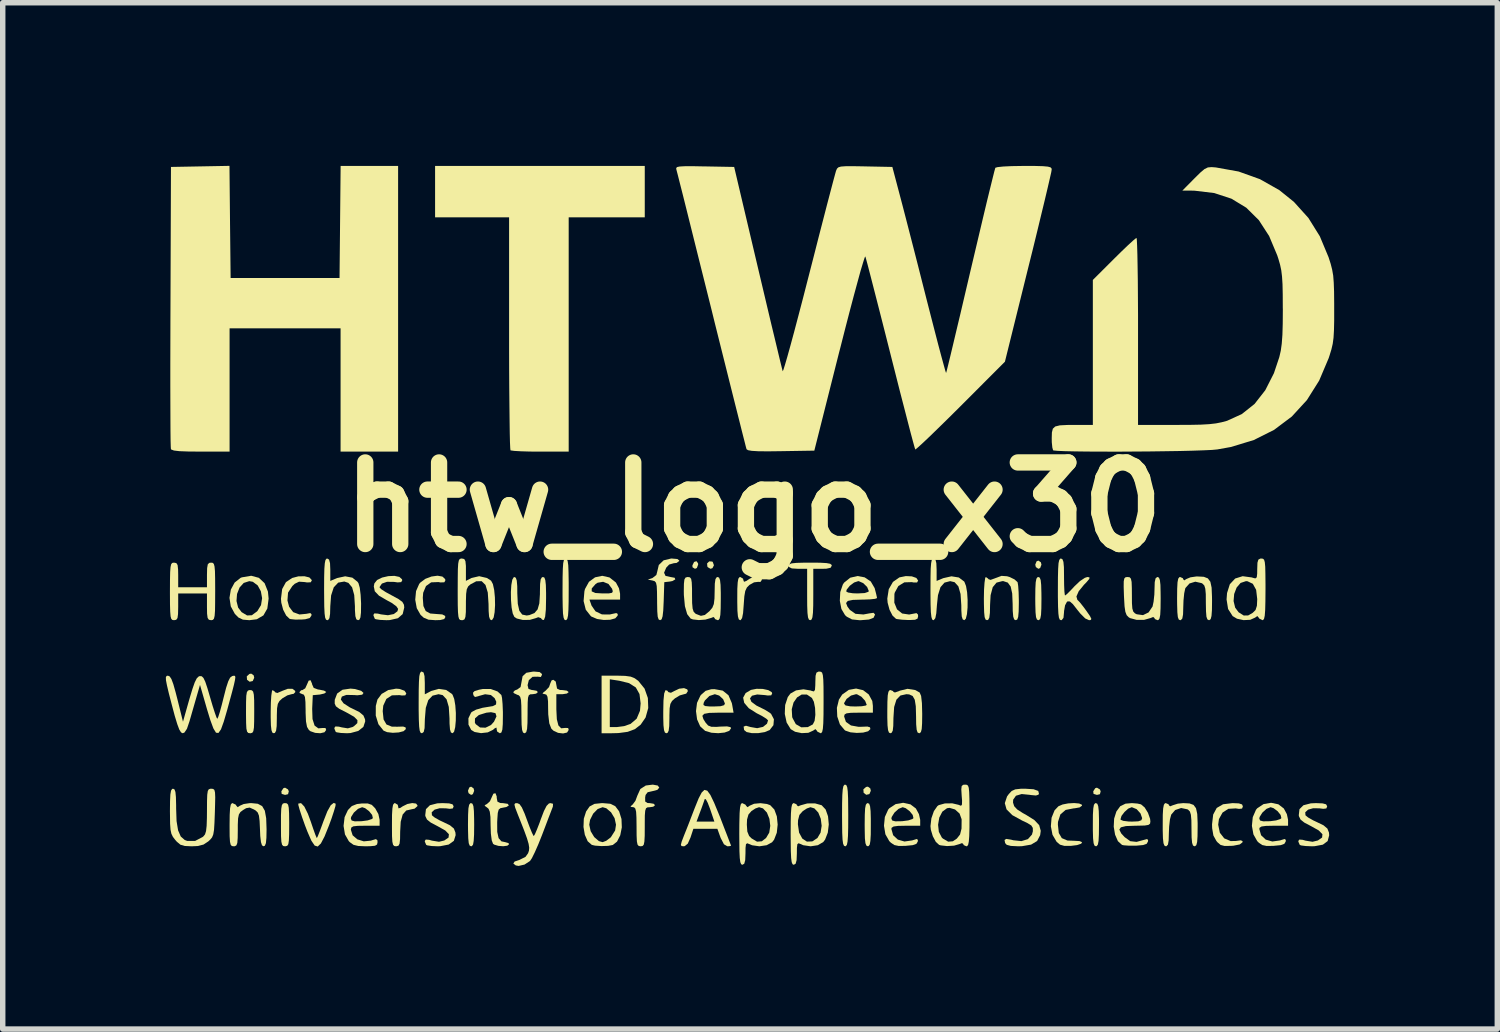
<source format=kicad_pcb>
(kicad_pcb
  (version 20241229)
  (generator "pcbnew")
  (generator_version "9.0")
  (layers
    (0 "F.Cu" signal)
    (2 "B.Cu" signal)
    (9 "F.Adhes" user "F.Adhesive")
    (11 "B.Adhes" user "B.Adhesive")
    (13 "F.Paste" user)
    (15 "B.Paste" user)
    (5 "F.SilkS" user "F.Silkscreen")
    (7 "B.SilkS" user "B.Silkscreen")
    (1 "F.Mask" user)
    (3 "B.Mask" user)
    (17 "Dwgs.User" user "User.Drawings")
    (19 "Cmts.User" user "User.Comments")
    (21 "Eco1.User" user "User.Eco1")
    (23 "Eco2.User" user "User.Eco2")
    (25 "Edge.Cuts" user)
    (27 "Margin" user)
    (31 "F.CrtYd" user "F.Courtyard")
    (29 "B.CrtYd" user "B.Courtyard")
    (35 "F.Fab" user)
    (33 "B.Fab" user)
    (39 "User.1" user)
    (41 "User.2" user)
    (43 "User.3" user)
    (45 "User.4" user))
  (footprint "htw_logo_x30"
    (layer "F.Cu")
    (at 10.81 6.276)
    (property "Reference" "htw_logo_x30" (at 0 0 0) (layer "F.SilkS") (effects (font (size 1.5 1.5) (thickness 0.3))))
    (attr board_only exclude_from_pos_files exclude_from_bom)
    (fp_poly (pts (xy -9.195 3.093) (xy -9.185 3.137) (xy -9.212 3.198) (xy -9.269 3.211) (xy -9.317 3.175) (xy -9.322 3.112) (xy -9.273 3.067) (xy -9.239 3.062)) (stroke (width 0) (type solid)) (fill yes) (layer "F.SilkS"))
    (fp_poly (pts (xy -8.564 5.191) (xy -8.549 5.226) (xy -8.563 5.279) (xy -8.618 5.292) (xy -8.68 5.273) (xy -8.686 5.226) (xy -8.649 5.169) (xy -8.618 5.159)) (stroke (width 0) (type solid)) (fill yes) (layer "F.SilkS"))
    (fp_poly (pts (xy -5.151 5.172) (xy -5.14 5.216) (xy -5.164 5.278) (xy -5.197 5.292) (xy -5.243 5.26) (xy -5.254 5.216) (xy -5.23 5.155) (xy -5.197 5.14)) (stroke (width 0) (type solid)) (fill yes) (layer "F.SilkS"))
    (fp_poly (pts (xy -1.023 1.033) (xy -1.021 1.055) (xy -1.045 1.12) (xy -1.08 1.134) (xy -1.125 1.106) (xy -1.127 1.071) (xy -1.096 1.008) (xy -1.052 0.994)) (stroke (width 0) (type solid)) (fill yes) (layer "F.SilkS"))
    (fp_poly (pts (xy 2.144 5.172) (xy 2.154 5.216) (xy 2.128 5.277) (xy 2.07 5.29) (xy 2.022 5.254) (xy 2.017 5.19) (xy 2.066 5.146) (xy 2.1 5.14)) (stroke (width 0) (type solid)) (fill yes) (layer "F.SilkS"))
    (fp_poly (pts (xy 5.281 1.014) (xy 5.292 1.058) (xy 5.268 1.12) (xy 5.235 1.134) (xy 5.189 1.102) (xy 5.178 1.058) (xy 5.202 0.997) (xy 5.235 0.983)) (stroke (width 0) (type solid)) (fill yes) (layer "F.SilkS"))
    (fp_poly (pts (xy 6.366 5.191) (xy 6.381 5.226) (xy 6.367 5.279) (xy 6.312 5.292) (xy 6.25 5.273) (xy 6.244 5.226) (xy 6.281 5.169) (xy 6.312 5.159)) (stroke (width 0) (type solid)) (fill yes) (layer "F.SilkS"))
    (fp_poly (pts (xy -0.762 1.001) (xy -0.752 1.01) (xy -0.731 1.069) (xy -0.758 1.122) (xy -0.794 1.134) (xy -0.842 1.106) (xy -0.852 1.093) (xy -0.857 1.035) (xy -0.817 0.997)) (stroke (width 0) (type solid)) (fill yes) (layer "F.SilkS"))
    (fp_poly (pts (xy -5.171 5.455) (xy -5.154 5.5) (xy -5.145 5.589) (xy -5.141 5.735) (xy -5.14 5.84) (xy -5.142 6.021) (xy -5.149 6.139) (xy -5.161 6.206) (xy -5.182 6.233) (xy -5.197 6.237) (xy -5.223 6.224) (xy -5.24 6.18) (xy -5.249 6.09) (xy -5.253 5.944) (xy -5.254 5.84) (xy -5.252 5.658) (xy -5.246 5.541) (xy -5.233 5.474) (xy -5.212 5.446) (xy -5.197 5.443)) (stroke (width 0) (type solid)) (fill yes) (layer "F.SilkS"))
    (fp_poly (pts (xy 2.124 5.455) (xy 2.14 5.5) (xy 2.15 5.589) (xy 2.154 5.735) (xy 2.154 5.84) (xy 2.153 6.021) (xy 2.146 6.139) (xy 2.134 6.206) (xy 2.113 6.233) (xy 2.098 6.237) (xy 2.072 6.224) (xy 2.055 6.18) (xy 2.045 6.09) (xy 2.042 5.944) (xy 2.041 5.84) (xy 2.043 5.658) (xy 2.049 5.541) (xy 2.062 5.474) (xy 2.083 5.446) (xy 2.098 5.443)) (stroke (width 0) (type solid)) (fill yes) (layer "F.SilkS"))
    (fp_poly (pts (xy 5.261 1.297) (xy 5.278 1.342) (xy 5.287 1.431) (xy 5.291 1.577) (xy 5.292 1.682) (xy 5.29 1.863) (xy 5.284 1.981) (xy 5.271 2.048) (xy 5.25 2.076) (xy 5.235 2.079) (xy 5.209 2.067) (xy 5.192 2.022) (xy 5.183 1.933) (xy 5.179 1.787) (xy 5.178 1.682) (xy 5.18 1.501) (xy 5.186 1.383) (xy 5.199 1.316) (xy 5.22 1.288) (xy 5.235 1.285)) (stroke (width 0) (type solid)) (fill yes) (layer "F.SilkS"))
    (fp_poly (pts (xy 6.319 5.455) (xy 6.336 5.5) (xy 6.346 5.589) (xy 6.35 5.735) (xy 6.35 5.84) (xy 6.348 6.021) (xy 6.342 6.139) (xy 6.329 6.206) (xy 6.308 6.233) (xy 6.293 6.237) (xy 6.267 6.224) (xy 6.251 6.18) (xy 6.241 6.09) (xy 6.237 5.944) (xy 6.237 5.84) (xy 6.238 5.658) (xy 6.245 5.541) (xy 6.257 5.474) (xy 6.278 5.446) (xy 6.293 5.443)) (stroke (width 0) (type solid)) (fill yes) (layer "F.SilkS"))
    (fp_poly (pts (xy -9.227 3.369) (xy -9.205 3.393) (xy -9.192 3.449) (xy -9.186 3.551) (xy -9.185 3.711) (xy -9.185 3.761) (xy -9.186 3.938) (xy -9.19 4.053) (xy -9.201 4.119) (xy -9.22 4.149) (xy -9.251 4.158) (xy -9.26 4.158) (xy -9.294 4.153) (xy -9.316 4.129) (xy -9.329 4.073) (xy -9.334 3.971) (xy -9.336 3.811) (xy -9.336 3.761) (xy -9.335 3.584) (xy -9.331 3.469) (xy -9.32 3.403) (xy -9.3 3.373) (xy -9.27 3.364) (xy -9.26 3.364)) (stroke (width 0) (type solid)) (fill yes) (layer "F.SilkS"))
    (fp_poly (pts (xy -8.584 5.448) (xy -8.562 5.472) (xy -8.55 5.528) (xy -8.544 5.629) (xy -8.542 5.79) (xy -8.542 5.84) (xy -8.543 6.017) (xy -8.548 6.132) (xy -8.558 6.198) (xy -8.578 6.228) (xy -8.608 6.236) (xy -8.618 6.237) (xy -8.652 6.232) (xy -8.673 6.208) (xy -8.686 6.152) (xy -8.692 6.05) (xy -8.693 5.889) (xy -8.693 5.84) (xy -8.693 5.663) (xy -8.688 5.548) (xy -8.677 5.482) (xy -8.658 5.451) (xy -8.627 5.443) (xy -8.618 5.443)) (stroke (width 0) (type solid)) (fill yes) (layer "F.SilkS"))
    (fp_poly (pts (xy -3.436 0.955) (xy -3.421 0.993) (xy -3.41 1.069) (xy -3.405 1.194) (xy -3.402 1.377) (xy -3.402 1.512) (xy -3.403 1.734) (xy -3.407 1.891) (xy -3.414 1.993) (xy -3.427 2.051) (xy -3.445 2.076) (xy -3.458 2.079) (xy -3.481 2.069) (xy -3.496 2.031) (xy -3.507 1.955) (xy -3.512 1.83) (xy -3.515 1.647) (xy -3.515 1.512) (xy -3.514 1.29) (xy -3.51 1.133) (xy -3.503 1.031) (xy -3.49 0.973) (xy -3.472 0.948) (xy -3.458 0.945)) (stroke (width 0) (type solid)) (fill yes) (layer "F.SilkS"))
    (fp_poly (pts (xy 1.704 5.113) (xy 1.72 5.151) (xy 1.73 5.227) (xy 1.736 5.351) (xy 1.738 5.535) (xy 1.739 5.67) (xy 1.738 5.892) (xy 1.734 6.048) (xy 1.726 6.151) (xy 1.714 6.209) (xy 1.695 6.234) (xy 1.682 6.237) (xy 1.66 6.226) (xy 1.644 6.188) (xy 1.634 6.113) (xy 1.628 5.988) (xy 1.626 5.804) (xy 1.625 5.67) (xy 1.626 5.448) (xy 1.63 5.291) (xy 1.638 5.189) (xy 1.65 5.13) (xy 1.669 5.106) (xy 1.682 5.103)) (stroke (width 0) (type solid)) (fill yes) (layer "F.SilkS"))
    (fp_poly (pts (xy -2.003 -5.802) (xy -2.003 -5.329) (xy -2.703 -5.329) (xy -3.402 -5.329) (xy -3.402 -3.175) (xy -3.402 -1.021) (xy -3.925 -1.021) (xy -4.116 -1.022) (xy -4.28 -1.027) (xy -4.402 -1.034) (xy -4.467 -1.043) (xy -4.473 -1.046) (xy -4.477 -1.087) (xy -4.482 -1.197) (xy -4.486 -1.369) (xy -4.489 -1.597) (xy -4.492 -1.872) (xy -4.495 -2.189) (xy -4.497 -2.54) (xy -4.498 -2.919) (xy -4.498 -3.2) (xy -4.498 -5.329) (xy -5.178 -5.329) (xy -5.859 -5.329) (xy -5.859 -5.802) (xy -5.859 -6.274) (xy -3.931 -6.274) (xy -2.003 -6.274)) (stroke (width 0) (type solid)) (fill yes) (layer "F.SilkS"))
    (fp_poly (pts (xy -6.515 3.343) (xy -6.422 3.376) (xy -6.388 3.424) (xy -6.406 3.461) (xy -6.471 3.464) (xy -6.512 3.457) (xy -6.653 3.461) (xy -6.755 3.527) (xy -6.812 3.65) (xy -6.822 3.752) (xy -6.806 3.905) (xy -6.753 3.997) (xy -6.654 4.037) (xy -6.55 4.038) (xy -6.446 4.035) (xy -6.401 4.051) (xy -6.397 4.082) (xy -6.438 4.12) (xy -6.527 4.143) (xy -6.637 4.15) (xy -6.741 4.138) (xy -6.807 4.11) (xy -6.901 3.992) (xy -6.95 3.833) (xy -6.949 3.656) (xy -6.919 3.538) (xy -6.842 3.435) (xy -6.72 3.364) (xy -6.576 3.338)) (stroke (width 0) (type solid)) (fill yes) (layer "F.SilkS"))
    (fp_poly (pts (xy -1.222 3.351) (xy -1.21 3.383) (xy -1.241 3.43) (xy -1.28 3.44) (xy -1.358 3.462) (xy -1.448 3.516) (xy -1.45 3.518) (xy -1.502 3.565) (xy -1.532 3.619) (xy -1.546 3.7) (xy -1.55 3.831) (xy -1.55 3.877) (xy -1.553 4.026) (xy -1.564 4.113) (xy -1.585 4.152) (xy -1.606 4.158) (xy -1.632 4.146) (xy -1.649 4.101) (xy -1.659 4.012) (xy -1.663 3.865) (xy -1.663 3.761) (xy -1.659 3.558) (xy -1.646 3.428) (xy -1.623 3.367) (xy -1.59 3.374) (xy -1.568 3.402) (xy -1.522 3.414) (xy -1.463 3.383) (xy -1.37 3.339) (xy -1.281 3.328)) (stroke (width 0) (type solid)) (fill yes) (layer "F.SilkS"))
    (fp_poly (pts (xy 5.984 5.45) (xy 6.035 5.472) (xy 6.038 5.49) (xy 5.994 5.522) (xy 5.904 5.538) (xy 5.886 5.539) (xy 5.737 5.568) (xy 5.64 5.651) (xy 5.596 5.788) (xy 5.594 5.838) (xy 5.611 5.993) (xy 5.666 6.087) (xy 5.77 6.131) (xy 5.877 6.135) (xy 5.992 6.141) (xy 6.039 6.161) (xy 6.023 6.189) (xy 5.947 6.215) (xy 5.835 6.229) (xy 5.712 6.229) (xy 5.633 6.207) (xy 5.57 6.153) (xy 5.495 6.025) (xy 5.465 5.87) (xy 5.478 5.712) (xy 5.533 5.576) (xy 5.604 5.501) (xy 5.681 5.468) (xy 5.784 5.448) (xy 5.893 5.442)) (stroke (width 0) (type solid)) (fill yes) (layer "F.SilkS"))
    (fp_poly (pts (xy -7.687 5.454) (xy -7.691 5.496) (xy -7.719 5.592) (xy -7.764 5.728) (xy -7.811 5.856) (xy -7.892 6.057) (xy -7.959 6.185) (xy -8.017 6.241) (xy -8.073 6.224) (xy -8.134 6.134) (xy -8.205 5.972) (xy -8.251 5.853) (xy -8.307 5.696) (xy -8.349 5.567) (xy -8.373 5.48) (xy -8.375 5.452) (xy -8.324 5.443) (xy -8.264 5.506) (xy -8.198 5.639) (xy -8.146 5.78) (xy -8.099 5.918) (xy -8.061 6.024) (xy -8.037 6.08) (xy -8.033 6.085) (xy -8.016 6.052) (xy -7.981 5.964) (xy -7.934 5.837) (xy -7.913 5.779) (xy -7.84 5.593) (xy -7.777 5.481) (xy -7.723 5.439)) (stroke (width 0) (type solid)) (fill yes) (layer "F.SilkS"))
    (fp_poly (pts (xy -5.724 1.277) (xy -5.674 1.323) (xy -5.67 1.348) (xy -5.689 1.382) (xy -5.757 1.385) (xy -5.798 1.378) (xy -5.931 1.383) (xy -6.026 1.451) (xy -6.078 1.575) (xy -6.085 1.666) (xy -6.074 1.818) (xy -6.031 1.911) (xy -5.948 1.956) (xy -5.838 1.965) (xy -5.727 1.973) (xy -5.676 1.999) (xy -5.67 2.022) (xy -5.691 2.058) (xy -5.762 2.076) (xy -5.852 2.079) (xy -5.98 2.07) (xy -6.067 2.034) (xy -6.126 1.981) (xy -6.196 1.858) (xy -6.224 1.703) (xy -6.209 1.544) (xy -6.151 1.412) (xy -6.13 1.387) (xy -6.037 1.318) (xy -5.925 1.276) (xy -5.814 1.261)) (stroke (width 0) (type solid)) (fill yes) (layer "F.SilkS"))
    (fp_poly (pts (xy 0.147 1.309) (xy 0.151 1.337) (xy 0.124 1.376) (xy 0.083 1.374) (xy 0.007 1.383) (xy -0.077 1.43) (xy -0.125 1.478) (xy -0.155 1.542) (xy -0.172 1.64) (xy -0.183 1.791) (xy -0.195 1.948) (xy -0.213 2.039) (xy -0.239 2.077) (xy -0.25 2.079) (xy -0.274 2.063) (xy -0.29 2.009) (xy -0.299 1.906) (xy -0.302 1.741) (xy -0.302 1.682) (xy -0.301 1.501) (xy -0.294 1.383) (xy -0.282 1.316) (xy -0.261 1.288) (xy -0.246 1.285) (xy -0.196 1.315) (xy -0.189 1.343) (xy -0.178 1.373) (xy -0.134 1.357) (xy -0.078 1.319) (xy 0.021 1.268) (xy 0.102 1.265)) (stroke (width 0) (type solid)) (fill yes) (layer "F.SilkS"))
    (fp_poly (pts (xy 8.922 5.448) (xy 8.981 5.467) (xy 8.996 5.504) (xy 8.981 5.543) (xy 8.925 5.549) (xy 8.864 5.54) (xy 8.728 5.548) (xy 8.622 5.617) (xy 8.556 5.736) (xy 8.542 5.84) (xy 8.572 5.987) (xy 8.653 6.091) (xy 8.772 6.141) (xy 8.868 6.139) (xy 8.958 6.127) (xy 8.991 6.142) (xy 8.988 6.165) (xy 8.938 6.203) (xy 8.823 6.226) (xy 8.78 6.229) (xy 8.66 6.231) (xy 8.586 6.212) (xy 8.529 6.163) (xy 8.509 6.139) (xy 8.454 6.039) (xy 8.431 5.905) (xy 8.429 5.833) (xy 8.45 5.653) (xy 8.515 5.532) (xy 8.632 5.464) (xy 8.805 5.443)) (stroke (width 0) (type solid)) (fill yes) (layer "F.SilkS"))
    (fp_poly (pts (xy -8.482 3.341) (xy -8.433 3.378) (xy -8.429 3.401) (xy -8.46 3.433) (xy -8.499 3.44) (xy -8.577 3.462) (xy -8.667 3.516) (xy -8.669 3.518) (xy -8.721 3.565) (xy -8.751 3.619) (xy -8.765 3.7) (xy -8.769 3.831) (xy -8.769 3.877) (xy -8.772 4.026) (xy -8.783 4.113) (xy -8.805 4.152) (xy -8.826 4.158) (xy -8.852 4.146) (xy -8.868 4.101) (xy -8.878 4.012) (xy -8.882 3.865) (xy -8.882 3.761) (xy -8.879 3.598) (xy -8.871 3.467) (xy -8.859 3.385) (xy -8.848 3.364) (xy -8.805 3.393) (xy -8.8 3.405) (xy -8.76 3.418) (xy -8.673 3.381) (xy -8.67 3.379) (xy -8.569 3.341)) (stroke (width 0) (type solid)) (fill yes) (layer "F.SilkS"))
    (fp_poly (pts (xy -6.209 5.451) (xy -6.182 5.485) (xy -6.185 5.5) (xy -6.236 5.545) (xy -6.291 5.556) (xy -6.39 5.579) (xy -6.455 5.653) (xy -6.491 5.785) (xy -6.501 5.966) (xy -6.503 6.107) (xy -6.512 6.188) (xy -6.532 6.226) (xy -6.568 6.236) (xy -6.577 6.237) (xy -6.611 6.232) (xy -6.632 6.208) (xy -6.645 6.152) (xy -6.651 6.05) (xy -6.652 5.889) (xy -6.652 5.84) (xy -6.651 5.658) (xy -6.644 5.541) (xy -6.632 5.474) (xy -6.611 5.446) (xy -6.596 5.443) (xy -6.546 5.473) (xy -6.539 5.502) (xy -6.532 5.539) (xy -6.498 5.531) (xy -6.455 5.502) (xy -6.368 5.459) (xy -6.279 5.442)) (stroke (width 0) (type solid)) (fill yes) (layer "F.SilkS"))
    (fp_poly (pts (xy 1.221 1.022) (xy 1.339 1.029) (xy 1.405 1.041) (xy 1.433 1.062) (xy 1.436 1.077) (xy 1.414 1.115) (xy 1.338 1.132) (xy 1.266 1.134) (xy 1.096 1.134) (xy 1.096 1.606) (xy 1.095 1.807) (xy 1.09 1.942) (xy 1.08 2.026) (xy 1.064 2.067) (xy 1.04 2.079) (xy 1.039 2.079) (xy 1.015 2.068) (xy 0.999 2.027) (xy 0.989 1.944) (xy 0.984 1.809) (xy 0.983 1.611) (xy 0.983 1.606) (xy 0.983 1.134) (xy 0.813 1.134) (xy 0.701 1.127) (xy 0.649 1.101) (xy 0.643 1.077) (xy 0.655 1.051) (xy 0.699 1.034) (xy 0.789 1.025) (xy 0.935 1.021) (xy 1.039 1.021)) (stroke (width 0) (type solid)) (fill yes) (layer "F.SilkS"))
    (fp_poly (pts (xy -8.171 1.293) (xy -8.128 1.339) (xy -8.126 1.348) (xy -8.146 1.382) (xy -8.214 1.385) (xy -8.257 1.378) (xy -8.36 1.371) (xy -8.439 1.409) (xy -8.483 1.45) (xy -8.563 1.572) (xy -8.574 1.717) (xy -8.543 1.832) (xy -8.469 1.931) (xy -8.353 1.974) (xy -8.228 1.962) (xy -8.154 1.948) (xy -8.131 1.969) (xy -8.134 1.996) (xy -8.165 2.04) (xy -8.247 2.062) (xy -8.316 2.067) (xy -8.43 2.068) (xy -8.515 2.059) (xy -8.534 2.054) (xy -8.597 1.994) (xy -8.653 1.886) (xy -8.687 1.758) (xy -8.693 1.686) (xy -8.671 1.506) (xy -8.602 1.38) (xy -8.488 1.303) (xy -8.374 1.273) (xy -8.26 1.271)) (stroke (width 0) (type solid)) (fill yes) (layer "F.SilkS"))
    (fp_poly (pts (xy -2.364 3.103) (xy -2.262 3.117) (xy -2.188 3.147) (xy -2.122 3.195) (xy -2.007 3.337) (xy -1.946 3.51) (xy -1.939 3.694) (xy -1.988 3.869) (xy -2.079 4.001) (xy -2.185 4.083) (xy -2.317 4.132) (xy -2.492 4.155) (xy -2.613 4.158) (xy -2.797 4.158) (xy -2.797 3.629) (xy -2.797 3.605) (xy -2.646 3.605) (xy -2.646 4.044) (xy -2.512 4.044) (xy -2.382 4.027) (xy -2.264 3.986) (xy -2.152 3.89) (xy -2.091 3.745) (xy -2.079 3.609) (xy -2.1 3.437) (xy -2.168 3.316) (xy -2.292 3.237) (xy -2.47 3.193) (xy -2.646 3.166) (xy -2.646 3.605) (xy -2.797 3.605) (xy -2.797 3.099) (xy -2.516 3.099)) (stroke (width 0) (type solid)) (fill yes) (layer "F.SilkS"))
    (fp_poly (pts (xy 2.908 1.273) (xy 2.991 1.302) (xy 3.024 1.35) (xy 3.005 1.385) (xy 2.937 1.385) (xy 2.909 1.379) (xy 2.771 1.383) (xy 2.661 1.45) (xy 2.595 1.57) (xy 2.588 1.597) (xy 2.586 1.757) (xy 2.636 1.88) (xy 2.73 1.956) (xy 2.858 1.975) (xy 2.92 1.963) (xy 2.994 1.949) (xy 3.021 1.975) (xy 3.024 2.006) (xy 3.013 2.05) (xy 2.968 2.071) (xy 2.869 2.076) (xy 2.844 2.076) (xy 2.727 2.07) (xy 2.639 2.059) (xy 2.617 2.054) (xy 2.553 1.994) (xy 2.498 1.887) (xy 2.463 1.757) (xy 2.457 1.682) (xy 2.484 1.509) (xy 2.561 1.375) (xy 2.678 1.293) (xy 2.684 1.291) (xy 2.798 1.268)) (stroke (width 0) (type solid)) (fill yes) (layer "F.SilkS"))
    (fp_poly (pts (xy -9.63 -5.245) (xy -9.619 -4.214) (xy -8.618 -4.214) (xy -7.616 -4.214) (xy -7.606 -5.244) (xy -7.596 -6.274) (xy -7.068 -6.274) (xy -6.539 -6.274) (xy -6.539 -3.647) (xy -6.539 -1.021) (xy -7.068 -1.021) (xy -7.597 -1.021) (xy -7.597 -2.154) (xy -7.597 -3.288) (xy -8.618 -3.288) (xy -9.638 -3.288) (xy -9.638 -2.154) (xy -9.638 -1.021) (xy -10.169 -1.021) (xy -10.398 -1.023) (xy -10.559 -1.029) (xy -10.661 -1.041) (xy -10.71 -1.059) (xy -10.717 -1.068) (xy -10.72 -1.113) (xy -10.723 -1.227) (xy -10.725 -1.404) (xy -10.726 -1.638) (xy -10.727 -1.922) (xy -10.728 -2.251) (xy -10.728 -2.617) (xy -10.727 -3.015) (xy -10.726 -3.439) (xy -10.725 -3.685) (xy -10.716 -6.256) (xy -10.178 -6.266) (xy -9.64 -6.276)) (stroke (width 0) (type solid)) (fill yes) (layer "F.SilkS"))
    (fp_poly (pts (xy -9.099 1.3) (xy -8.994 1.399) (xy -8.933 1.552) (xy -8.92 1.682) (xy -8.944 1.865) (xy -9.016 1.991) (xy -9.138 2.062) (xy -9.274 2.079) (xy -9.393 2.069) (xy -9.475 2.03) (xy -9.541 1.963) (xy -9.616 1.825) (xy -9.631 1.726) (xy -9.511 1.726) (xy -9.481 1.847) (xy -9.417 1.931) (xy -9.316 1.992) (xy -9.229 1.988) (xy -9.134 1.918) (xy -9.126 1.91) (xy -9.06 1.802) (xy -9.04 1.674) (xy -9.063 1.547) (xy -9.121 1.44) (xy -9.21 1.373) (xy -9.276 1.361) (xy -9.378 1.394) (xy -9.455 1.479) (xy -9.501 1.597) (xy -9.511 1.726) (xy -9.631 1.726) (xy -9.64 1.669) (xy -9.615 1.517) (xy -9.545 1.387) (xy -9.435 1.3) (xy -9.411 1.291) (xy -9.24 1.262)) (stroke (width 0) (type solid)) (fill yes) (layer "F.SilkS"))
    (fp_poly (pts (xy -4.726 5.319) (xy -4.725 5.348) (xy -4.712 5.416) (xy -4.661 5.441) (xy -4.611 5.443) (xy -4.523 5.456) (xy -4.502 5.486) (xy -4.549 5.515) (xy -4.602 5.525) (xy -4.657 5.536) (xy -4.689 5.562) (xy -4.706 5.623) (xy -4.714 5.735) (xy -4.717 5.796) (xy -4.716 5.973) (xy -4.691 6.087) (xy -4.639 6.146) (xy -4.569 6.161) (xy -4.51 6.178) (xy -4.498 6.199) (xy -4.53 6.226) (xy -4.606 6.236) (xy -4.696 6.229) (xy -4.772 6.206) (xy -4.793 6.191) (xy -4.817 6.128) (xy -4.833 6.004) (xy -4.838 5.853) (xy -4.841 5.698) (xy -4.853 5.601) (xy -4.876 5.547) (xy -4.904 5.523) (xy -4.949 5.491) (xy -4.928 5.47) (xy -4.908 5.462) (xy -4.85 5.409) (xy -4.822 5.346) (xy -4.787 5.27) (xy -4.749 5.261)) (stroke (width 0) (type solid)) (fill yes) (layer "F.SilkS"))
    (fp_poly (pts (xy -3.64 3.208) (xy -3.629 3.269) (xy -3.616 3.337) (xy -3.564 3.362) (xy -3.515 3.364) (xy -3.436 3.375) (xy -3.402 3.401) (xy -3.402 3.402) (xy -3.435 3.428) (xy -3.514 3.44) (xy -3.515 3.44) (xy -3.629 3.44) (xy -3.629 3.718) (xy -3.62 3.901) (xy -3.591 4.015) (xy -3.54 4.067) (xy -3.464 4.06) (xy -3.463 4.06) (xy -3.412 4.062) (xy -3.402 4.097) (xy -3.432 4.145) (xy -3.505 4.162) (xy -3.597 4.151) (xy -3.681 4.112) (xy -3.721 4.074) (xy -3.759 3.975) (xy -3.778 3.812) (xy -3.78 3.715) (xy -3.782 3.571) (xy -3.792 3.487) (xy -3.813 3.448) (xy -3.846 3.438) (xy -3.884 3.43) (xy -3.862 3.402) (xy -3.827 3.376) (xy -3.763 3.308) (xy -3.742 3.246) (xy -3.717 3.187) (xy -3.685 3.175)) (stroke (width 0) (type solid)) (fill yes) (layer "F.SilkS"))
    (fp_poly (pts (xy -8.122 3.246) (xy -8.12 3.26) (xy -8.091 3.324) (xy -8.014 3.353) (xy -7.985 3.357) (xy -7.901 3.374) (xy -7.862 3.399) (xy -7.862 3.402) (xy -7.895 3.427) (xy -7.976 3.446) (xy -7.985 3.447) (xy -8.108 3.458) (xy -8.119 3.709) (xy -8.113 3.897) (xy -8.075 4.017) (xy -8.006 4.068) (xy -7.934 4.062) (xy -7.874 4.062) (xy -7.862 4.098) (xy -7.893 4.14) (xy -7.97 4.158) (xy -8.064 4.151) (xy -8.151 4.121) (xy -8.18 4.098) (xy -8.214 4.041) (xy -8.233 3.94) (xy -8.24 3.781) (xy -8.24 3.739) (xy -8.243 3.585) (xy -8.252 3.493) (xy -8.272 3.449) (xy -8.297 3.44) (xy -8.347 3.419) (xy -8.353 3.402) (xy -8.323 3.368) (xy -8.297 3.364) (xy -8.247 3.332) (xy -8.218 3.269) (xy -8.184 3.191) (xy -8.149 3.183)) (stroke (width 0) (type solid)) (fill yes) (layer "F.SilkS"))
    (fp_poly (pts (xy -1.404 0.954) (xy -1.369 0.981) (xy -1.371 0.992) (xy -1.417 1.026) (xy -1.468 1.031) (xy -1.555 1.056) (xy -1.609 1.114) (xy -1.648 1.207) (xy -1.621 1.265) (xy -1.529 1.285) (xy -1.529 1.285) (xy -1.453 1.299) (xy -1.442 1.329) (xy -1.494 1.359) (xy -1.54 1.368) (xy -1.644 1.38) (xy -1.655 1.729) (xy -1.663 1.9) (xy -1.675 2.007) (xy -1.693 2.063) (xy -1.721 2.079) (xy -1.721 2.079) (xy -1.748 2.065) (xy -1.765 2.015) (xy -1.773 1.916) (xy -1.776 1.756) (xy -1.776 1.722) (xy -1.778 1.556) (xy -1.783 1.451) (xy -1.796 1.391) (xy -1.82 1.362) (xy -1.859 1.35) (xy -1.862 1.349) (xy -1.947 1.333) (xy -1.862 1.304) (xy -1.79 1.248) (xy -1.776 1.195) (xy -1.745 1.064) (xy -1.656 0.978) (xy -1.518 0.945) (xy -1.507 0.945)) (stroke (width 0) (type solid)) (fill yes) (layer "F.SilkS"))
    (fp_poly (pts (xy 0.167 3.343) (xy 0.268 3.365) (xy 0.331 3.402) (xy 0.34 3.426) (xy 0.322 3.461) (xy 0.256 3.464) (xy 0.211 3.457) (xy 0.064 3.445) (xy -0.031 3.468) (xy -0.068 3.517) (xy -0.042 3.58) (xy 0.051 3.649) (xy 0.093 3.67) (xy 0.206 3.726) (xy 0.296 3.782) (xy 0.32 3.802) (xy 0.372 3.901) (xy 0.363 4.01) (xy 0.294 4.099) (xy 0.294 4.099) (xy 0.203 4.137) (xy 0.085 4.156) (xy -0.035 4.156) (xy -0.13 4.136) (xy -0.176 4.099) (xy -0.185 4.036) (xy -0.142 4.02) (xy -0.057 4.044) (xy 0.064 4.065) (xy 0.172 4.041) (xy 0.245 3.982) (xy 0.264 3.921) (xy 0.233 3.891) (xy 0.152 3.84) (xy 0.055 3.79) (xy -0.09 3.698) (xy -0.174 3.599) (xy -0.194 3.504) (xy -0.148 3.419) (xy -0.05 3.361) (xy 0.053 3.341)) (stroke (width 0) (type solid)) (fill yes) (layer "F.SilkS"))
    (fp_poly (pts (xy -3.848 1.297) (xy -3.832 1.342) (xy -3.822 1.431) (xy -3.818 1.577) (xy -3.818 1.682) (xy -3.822 1.885) (xy -3.835 2.015) (xy -3.858 2.076) (xy -3.891 2.069) (xy -3.912 2.041) (xy -3.962 2.024) (xy -4.006 2.041) (xy -4.116 2.073) (xy -4.244 2.075) (xy -4.356 2.048) (xy -4.401 2.019) (xy -4.431 1.955) (xy -4.452 1.845) (xy -4.463 1.708) (xy -4.465 1.564) (xy -4.457 1.433) (xy -4.439 1.334) (xy -4.411 1.287) (xy -4.403 1.285) (xy -4.374 1.299) (xy -4.357 1.351) (xy -4.348 1.454) (xy -4.347 1.585) (xy -4.338 1.779) (xy -4.309 1.907) (xy -4.256 1.976) (xy -4.175 1.993) (xy -4.124 1.985) (xy -4.032 1.948) (xy -3.974 1.881) (xy -3.942 1.77) (xy -3.931 1.6) (xy -3.931 1.561) (xy -3.928 1.414) (xy -3.917 1.328) (xy -3.895 1.291) (xy -3.874 1.285)) (stroke (width 0) (type solid)) (fill yes) (layer "F.SilkS"))
    (fp_poly (pts (xy -2.637 5.455) (xy -2.546 5.499) (xy -2.48 5.587) (xy -2.474 5.597) (xy -2.431 5.735) (xy -2.425 5.889) (xy -2.454 6.035) (xy -2.513 6.151) (xy -2.591 6.213) (xy -2.678 6.229) (xy -2.8 6.233) (xy -2.917 6.225) (xy -2.977 6.211) (xy -3.053 6.144) (xy -3.105 6.026) (xy -3.13 5.881) (xy -3.128 5.84) (xy -3.024 5.84) (xy -2.998 5.959) (xy -2.933 6.067) (xy -2.846 6.142) (xy -2.778 6.161) (xy -2.712 6.136) (xy -2.632 6.075) (xy -2.625 6.068) (xy -2.548 5.946) (xy -2.532 5.84) (xy -2.558 5.72) (xy -2.623 5.612) (xy -2.71 5.538) (xy -2.778 5.518) (xy -2.869 5.552) (xy -2.952 5.637) (xy -3.009 5.751) (xy -3.024 5.84) (xy -3.128 5.84) (xy -3.124 5.73) (xy -3.082 5.597) (xy -3.017 5.504) (xy -2.928 5.457) (xy -2.793 5.443) (xy -2.778 5.443)) (stroke (width 0) (type solid)) (fill yes) (layer "F.SilkS"))
    (fp_poly (pts (xy -7.331 3.345) (xy -7.218 3.378) (xy -7.175 3.417) (xy -7.199 3.449) (xy -7.29 3.46) (xy -7.342 3.456) (xy -7.49 3.453) (xy -7.574 3.484) (xy -7.592 3.538) (xy -7.542 3.608) (xy -7.424 3.684) (xy -7.384 3.703) (xy -7.251 3.769) (xy -7.177 3.831) (xy -7.147 3.902) (xy -7.144 3.94) (xy -7.178 4.042) (xy -7.272 4.116) (xy -7.413 4.154) (xy -7.478 4.158) (xy -7.59 4.153) (xy -7.668 4.141) (xy -7.686 4.133) (xy -7.71 4.075) (xy -7.711 4.06) (xy -7.692 4.033) (xy -7.627 4.037) (xy -7.576 4.05) (xy -7.464 4.068) (xy -7.377 4.044) (xy -7.35 4.028) (xy -7.289 3.972) (xy -7.287 3.917) (xy -7.349 3.855) (xy -7.479 3.781) (xy -7.506 3.767) (xy -7.622 3.708) (xy -7.683 3.662) (xy -7.705 3.612) (xy -7.704 3.543) (xy -7.66 3.428) (xy -7.561 3.358) (xy -7.414 3.337)) (stroke (width 0) (type solid)) (fill yes) (layer "F.SilkS"))
    (fp_poly (pts (xy 2.972 3.364) (xy 3.052 3.409) (xy 3.079 3.472) (xy 3.094 3.606) (xy 3.099 3.803) (xy 3.097 3.973) (xy 3.09 4.08) (xy 3.075 4.137) (xy 3.05 4.157) (xy 3.043 4.158) (xy 3.014 4.144) (xy 2.997 4.093) (xy 2.988 3.993) (xy 2.986 3.844) (xy 2.981 3.661) (xy 2.962 3.542) (xy 2.923 3.473) (xy 2.86 3.444) (xy 2.808 3.44) (xy 2.699 3.464) (xy 2.625 3.54) (xy 2.583 3.675) (xy 2.57 3.874) (xy 2.567 4.024) (xy 2.557 4.112) (xy 2.535 4.151) (xy 2.514 4.158) (xy 2.488 4.146) (xy 2.471 4.101) (xy 2.461 4.012) (xy 2.457 3.865) (xy 2.457 3.761) (xy 2.459 3.58) (xy 2.465 3.462) (xy 2.478 3.395) (xy 2.499 3.367) (xy 2.514 3.364) (xy 2.564 3.383) (xy 2.57 3.399) (xy 2.599 3.408) (xy 2.67 3.384) (xy 2.685 3.376) (xy 2.829 3.341)) (stroke (width 0) (type solid)) (fill yes) (layer "F.SilkS"))
    (fp_poly (pts (xy -6.516 1.283) (xy -6.467 1.327) (xy -6.463 1.346) (xy -6.482 1.379) (xy -6.547 1.384) (xy -6.614 1.375) (xy -6.743 1.373) (xy -6.837 1.406) (xy -6.879 1.468) (xy -6.879 1.478) (xy -6.848 1.51) (xy -6.766 1.563) (xy -6.652 1.625) (xy -6.529 1.692) (xy -6.46 1.744) (xy -6.431 1.796) (xy -6.426 1.847) (xy -6.455 1.967) (xy -6.543 2.043) (xy -6.692 2.077) (xy -6.753 2.079) (xy -6.867 2.074) (xy -6.947 2.062) (xy -6.967 2.054) (xy -6.991 1.996) (xy -6.993 1.981) (xy -6.975 1.954) (xy -6.911 1.958) (xy -6.854 1.972) (xy -6.726 1.988) (xy -6.618 1.966) (xy -6.551 1.915) (xy -6.539 1.871) (xy -6.571 1.824) (xy -6.655 1.762) (xy -6.747 1.712) (xy -6.891 1.628) (xy -6.968 1.547) (xy -6.986 1.457) (xy -6.975 1.402) (xy -6.925 1.34) (xy -6.833 1.295) (xy -6.72 1.269) (xy -6.607 1.264)) (stroke (width 0) (type solid)) (fill yes) (layer "F.SilkS"))
    (fp_poly (pts (xy -5.601 5.448) (xy -5.538 5.465) (xy -5.519 5.499) (xy -5.518 5.503) (xy -5.533 5.541) (xy -5.589 5.548) (xy -5.66 5.539) (xy -5.775 5.537) (xy -5.868 5.563) (xy -5.921 5.611) (xy -5.917 5.667) (xy -5.867 5.708) (xy -5.773 5.761) (xy -5.713 5.789) (xy -5.585 5.851) (xy -5.513 5.911) (xy -5.485 5.984) (xy -5.481 6.032) (xy -5.514 6.137) (xy -5.609 6.205) (xy -5.764 6.235) (xy -5.808 6.237) (xy -5.922 6.232) (xy -6.002 6.22) (xy -6.022 6.211) (xy -6.047 6.154) (xy -6.048 6.139) (xy -6.03 6.113) (xy -5.968 6.118) (xy -5.916 6.133) (xy -5.787 6.154) (xy -5.689 6.13) (xy -5.611 6.076) (xy -5.605 6.015) (xy -5.672 5.946) (xy -5.811 5.868) (xy -5.938 5.801) (xy -6.008 5.745) (xy -6.037 5.684) (xy -6.04 5.665) (xy -6.027 5.554) (xy -5.954 5.482) (xy -5.818 5.447) (xy -5.724 5.443)) (stroke (width 0) (type solid)) (fill yes) (layer "F.SilkS"))
    (fp_poly (pts (xy -2.652 1.293) (xy -2.536 1.384) (xy -2.532 1.389) (xy -2.477 1.493) (xy -2.457 1.593) (xy -2.457 1.701) (xy -2.738 1.701) (xy -3.02 1.701) (xy -2.981 1.812) (xy -2.909 1.916) (xy -2.79 1.973) (xy -2.644 1.974) (xy -2.607 1.965) (xy -2.527 1.948) (xy -2.5 1.964) (xy -2.502 1.996) (xy -2.546 2.045) (xy -2.639 2.071) (xy -2.758 2.075) (xy -2.879 2.057) (xy -2.981 2.014) (xy -2.996 2.003) (xy -3.088 1.886) (xy -3.128 1.727) (xy -3.113 1.549) (xy -2.979 1.549) (xy -2.911 1.579) (xy -2.779 1.587) (xy -2.662 1.586) (xy -2.604 1.575) (xy -2.591 1.547) (xy -2.604 1.502) (xy -2.67 1.413) (xy -2.768 1.373) (xy -2.87 1.39) (xy -2.909 1.416) (xy -2.978 1.495) (xy -2.979 1.549) (xy -3.113 1.549) (xy -3.112 1.544) (xy -3.102 1.505) (xy -3.029 1.373) (xy -2.917 1.291) (xy -2.785 1.263)) (stroke (width 0) (type solid)) (fill yes) (layer "F.SilkS"))
    (fp_poly (pts (xy -1.764 5.12) (xy -1.736 5.158) (xy -1.771 5.199) (xy -1.862 5.223) (xy -1.95 5.243) (xy -1.988 5.293) (xy -1.996 5.339) (xy -1.995 5.414) (xy -1.953 5.441) (xy -1.911 5.443) (xy -1.839 5.455) (xy -1.814 5.481) (xy -1.847 5.509) (xy -1.909 5.518) (xy -1.953 5.521) (xy -1.98 5.538) (xy -1.995 5.583) (xy -2.002 5.672) (xy -2.003 5.817) (xy -2.003 5.878) (xy -2.004 6.044) (xy -2.01 6.15) (xy -2.022 6.208) (xy -2.045 6.232) (xy -2.079 6.237) (xy -2.114 6.231) (xy -2.136 6.206) (xy -2.148 6.146) (xy -2.153 6.038) (xy -2.154 5.878) (xy -2.156 5.709) (xy -2.162 5.603) (xy -2.176 5.545) (xy -2.199 5.521) (xy -2.221 5.517) (xy -2.266 5.511) (xy -2.246 5.485) (xy -2.226 5.469) (xy -2.175 5.401) (xy -2.138 5.301) (xy -2.137 5.3) (xy -2.084 5.183) (xy -1.984 5.119) (xy -1.855 5.103)) (stroke (width 0) (type solid)) (fill yes) (layer "F.SilkS"))
    (fp_poly (pts (xy 3.342 0.964) (xy 3.359 1.03) (xy 3.364 1.151) (xy 3.364 1.357) (xy 3.487 1.306) (xy 3.637 1.272) (xy 3.773 1.294) (xy 3.872 1.369) (xy 3.875 1.374) (xy 3.905 1.451) (xy 3.925 1.568) (xy 3.934 1.707) (xy 3.933 1.847) (xy 3.922 1.968) (xy 3.901 2.052) (xy 3.874 2.079) (xy 3.844 2.064) (xy 3.826 2.009) (xy 3.819 1.901) (xy 3.818 1.804) (xy 3.804 1.597) (xy 3.764 1.457) (xy 3.694 1.38) (xy 3.613 1.361) (xy 3.509 1.388) (xy 3.435 1.472) (xy 3.389 1.619) (xy 3.37 1.799) (xy 3.358 1.953) (xy 3.34 2.042) (xy 3.312 2.077) (xy 3.303 2.079) (xy 3.282 2.066) (xy 3.268 2.019) (xy 3.258 1.93) (xy 3.253 1.787) (xy 3.251 1.582) (xy 3.251 1.512) (xy 3.252 1.29) (xy 3.255 1.133) (xy 3.263 1.031) (xy 3.275 0.973) (xy 3.294 0.948) (xy 3.307 0.945)) (stroke (width 0) (type solid)) (fill yes) (layer "F.SilkS"))
    (fp_poly (pts (xy 10.463 5.448) (xy 10.526 5.465) (xy 10.545 5.499) (xy 10.546 5.503) (xy 10.531 5.541) (xy 10.475 5.548) (xy 10.404 5.539) (xy 10.289 5.537) (xy 10.196 5.563) (xy 10.143 5.611) (xy 10.147 5.667) (xy 10.197 5.708) (xy 10.291 5.761) (xy 10.351 5.789) (xy 10.479 5.851) (xy 10.55 5.911) (xy 10.579 5.984) (xy 10.583 6.035) (xy 10.555 6.141) (xy 10.467 6.207) (xy 10.317 6.235) (xy 10.266 6.237) (xy 10.149 6.232) (xy 10.065 6.221) (xy 10.042 6.211) (xy 10.017 6.154) (xy 10.016 6.139) (xy 10.034 6.113) (xy 10.096 6.118) (xy 10.148 6.133) (xy 10.277 6.154) (xy 10.375 6.13) (xy 10.453 6.076) (xy 10.459 6.015) (xy 10.392 5.946) (xy 10.253 5.868) (xy 10.126 5.801) (xy 10.056 5.745) (xy 10.027 5.684) (xy 10.024 5.665) (xy 10.037 5.554) (xy 10.11 5.482) (xy 10.246 5.447) (xy 10.34 5.443)) (stroke (width 0) (type solid)) (fill yes) (layer "F.SilkS"))
    (fp_poly (pts (xy -7.809 0.964) (xy -7.791 1.03) (xy -7.786 1.151) (xy -7.786 1.357) (xy -7.66 1.304) (xy -7.512 1.272) (xy -7.38 1.297) (xy -7.284 1.374) (xy -7.267 1.401) (xy -7.244 1.483) (xy -7.228 1.614) (xy -7.22 1.767) (xy -7.22 1.786) (xy -7.222 1.938) (xy -7.232 2.029) (xy -7.252 2.071) (xy -7.276 2.079) (xy -7.307 2.063) (xy -7.325 2.005) (xy -7.333 1.892) (xy -7.333 1.824) (xy -7.346 1.616) (xy -7.385 1.475) (xy -7.453 1.393) (xy -7.528 1.368) (xy -7.64 1.388) (xy -7.722 1.474) (xy -7.771 1.624) (xy -7.786 1.819) (xy -7.79 1.962) (xy -7.802 2.042) (xy -7.826 2.076) (xy -7.843 2.079) (xy -7.865 2.069) (xy -7.881 2.031) (xy -7.891 1.955) (xy -7.897 1.83) (xy -7.899 1.647) (xy -7.9 1.512) (xy -7.899 1.29) (xy -7.895 1.133) (xy -7.887 1.031) (xy -7.875 0.973) (xy -7.856 0.948) (xy -7.843 0.945)) (stroke (width 0) (type solid)) (fill yes) (layer "F.SilkS"))
    (fp_poly (pts (xy -6.07 3.042) (xy -6.053 3.108) (xy -6.048 3.233) (xy -6.048 3.442) (xy -5.931 3.381) (xy -5.79 3.342) (xy -5.655 3.362) (xy -5.549 3.436) (xy -5.537 3.451) (xy -5.507 3.528) (xy -5.487 3.646) (xy -5.477 3.785) (xy -5.478 3.925) (xy -5.489 4.047) (xy -5.51 4.131) (xy -5.537 4.158) (xy -5.568 4.143) (xy -5.585 4.088) (xy -5.593 3.98) (xy -5.594 3.883) (xy -5.607 3.674) (xy -5.648 3.534) (xy -5.719 3.457) (xy -5.795 3.44) (xy -5.906 3.467) (xy -5.984 3.549) (xy -6.03 3.691) (xy -6.047 3.899) (xy -6.048 3.933) (xy -6.052 4.064) (xy -6.068 4.134) (xy -6.098 4.157) (xy -6.104 4.158) (xy -6.127 4.147) (xy -6.142 4.11) (xy -6.152 4.034) (xy -6.158 3.909) (xy -6.161 3.726) (xy -6.161 3.591) (xy -6.16 3.369) (xy -6.156 3.212) (xy -6.149 3.11) (xy -6.136 3.052) (xy -6.118 3.027) (xy -6.104 3.024)) (stroke (width 0) (type solid)) (fill yes) (layer "F.SilkS"))
    (fp_poly (pts (xy 4.659 1.271) (xy 4.703 1.284) (xy 4.795 1.328) (xy 4.851 1.378) (xy 4.854 1.385) (xy 4.864 1.448) (xy 4.872 1.564) (xy 4.876 1.713) (xy 4.876 1.761) (xy 4.873 1.92) (xy 4.864 2.018) (xy 4.847 2.066) (xy 4.819 2.079) (xy 4.79 2.065) (xy 4.773 2.013) (xy 4.764 1.91) (xy 4.762 1.779) (xy 4.754 1.588) (xy 4.726 1.461) (xy 4.673 1.388) (xy 4.592 1.361) (xy 4.571 1.361) (xy 4.466 1.388) (xy 4.396 1.472) (xy 4.357 1.619) (xy 4.347 1.795) (xy 4.344 1.945) (xy 4.333 2.033) (xy 4.312 2.072) (xy 4.29 2.079) (xy 4.264 2.067) (xy 4.247 2.022) (xy 4.238 1.933) (xy 4.234 1.787) (xy 4.233 1.682) (xy 4.236 1.519) (xy 4.245 1.389) (xy 4.257 1.306) (xy 4.268 1.285) (xy 4.311 1.314) (xy 4.316 1.324) (xy 4.356 1.338) (xy 4.445 1.306) (xy 4.451 1.303) (xy 4.558 1.264)) (stroke (width 0) (type solid)) (fill yes) (layer "F.SilkS"))
    (fp_poly (pts (xy -3.936 3.033) (xy -3.896 3.066) (xy -3.893 3.083) (xy -3.914 3.124) (xy -3.971 3.118) (xy -4.066 3.12) (xy -4.135 3.182) (xy -4.158 3.274) (xy -4.141 3.343) (xy -4.077 3.364) (xy -4.063 3.364) (xy -3.992 3.377) (xy -3.969 3.402) (xy -4.001 3.43) (xy -4.063 3.44) (xy -4.107 3.442) (xy -4.135 3.459) (xy -4.15 3.505) (xy -4.156 3.593) (xy -4.158 3.738) (xy -4.158 3.799) (xy -4.16 3.97) (xy -4.167 4.078) (xy -4.182 4.136) (xy -4.206 4.157) (xy -4.214 4.158) (xy -4.242 4.145) (xy -4.259 4.096) (xy -4.268 4.001) (xy -4.271 3.844) (xy -4.271 3.814) (xy -4.273 3.65) (xy -4.279 3.547) (xy -4.294 3.489) (xy -4.32 3.46) (xy -4.347 3.451) (xy -4.408 3.422) (xy -4.422 3.402) (xy -4.391 3.37) (xy -4.347 3.353) (xy -4.287 3.309) (xy -4.271 3.224) (xy -4.25 3.11) (xy -4.181 3.046) (xy -4.055 3.024) (xy -4.037 3.024)) (stroke (width 0) (type solid)) (fill yes) (layer "F.SilkS"))
    (fp_poly (pts (xy -3.69 5.455) (xy -3.693 5.507) (xy -3.701 5.528) (xy -3.727 5.596) (xy -3.774 5.718) (xy -3.833 5.874) (xy -3.892 6.029) (xy -3.96 6.199) (xy -4.025 6.347) (xy -4.079 6.456) (xy -4.113 6.507) (xy -4.214 6.573) (xy -4.323 6.598) (xy -4.375 6.589) (xy -4.42 6.554) (xy -4.396 6.517) (xy -4.309 6.488) (xy -4.196 6.431) (xy -4.149 6.365) (xy -4.133 6.318) (xy -4.128 6.264) (xy -4.139 6.192) (xy -4.169 6.09) (xy -4.221 5.947) (xy -4.298 5.751) (xy -4.342 5.641) (xy -4.385 5.529) (xy -4.4 5.47) (xy -4.388 5.447) (xy -4.35 5.443) (xy -4.307 5.461) (xy -4.264 5.521) (xy -4.212 5.637) (xy -4.172 5.745) (xy -4.121 5.882) (xy -4.078 5.987) (xy -4.05 6.043) (xy -4.044 6.048) (xy -4.023 6.015) (xy -3.985 5.926) (xy -3.936 5.8) (xy -3.917 5.745) (xy -3.857 5.588) (xy -3.809 5.494) (xy -3.766 5.45) (xy -3.739 5.443)) (stroke (width 0) (type solid)) (fill yes) (layer "F.SilkS"))
    (fp_poly (pts (xy 8.014 5.449) (xy 8.089 5.476) (xy 8.134 5.537) (xy 8.157 5.643) (xy 8.164 5.809) (xy 8.164 5.879) (xy 8.162 6.05) (xy 8.155 6.158) (xy 8.14 6.215) (xy 8.116 6.236) (xy 8.108 6.237) (xy 8.079 6.223) (xy 8.062 6.173) (xy 8.053 6.073) (xy 8.051 5.917) (xy 8.049 5.757) (xy 8.04 5.657) (xy 8.022 5.598) (xy 7.99 5.565) (xy 7.976 5.557) (xy 7.861 5.533) (xy 7.751 5.57) (xy 7.678 5.655) (xy 7.655 5.742) (xy 7.64 5.874) (xy 7.635 5.993) (xy 7.631 6.13) (xy 7.618 6.206) (xy 7.591 6.235) (xy 7.578 6.237) (xy 7.553 6.224) (xy 7.536 6.18) (xy 7.526 6.09) (xy 7.522 5.944) (xy 7.522 5.84) (xy 7.523 5.658) (xy 7.53 5.541) (xy 7.543 5.474) (xy 7.563 5.446) (xy 7.578 5.443) (xy 7.629 5.464) (xy 7.635 5.482) (xy 7.658 5.502) (xy 7.708 5.482) (xy 7.799 5.453) (xy 7.9 5.443)) (stroke (width 0) (type solid)) (fill yes) (layer "F.SilkS"))
    (fp_poly (pts (xy 2.012 3.366) (xy 2.116 3.445) (xy 2.181 3.565) (xy 2.192 3.655) (xy 2.192 3.78) (xy 1.928 3.78) (xy 1.788 3.782) (xy 1.708 3.792) (xy 1.672 3.813) (xy 1.663 3.849) (xy 1.696 3.949) (xy 1.789 4.015) (xy 1.929 4.04) (xy 1.983 4.039) (xy 2.091 4.035) (xy 2.139 4.049) (xy 2.146 4.082) (xy 2.104 4.122) (xy 2.012 4.146) (xy 1.896 4.152) (xy 1.779 4.141) (xy 1.687 4.11) (xy 1.675 4.102) (xy 1.586 3.997) (xy 1.537 3.851) (xy 1.53 3.69) (xy 1.549 3.616) (xy 1.663 3.616) (xy 1.689 3.647) (xy 1.774 3.663) (xy 1.871 3.666) (xy 1.985 3.662) (xy 2.06 3.649) (xy 2.079 3.637) (xy 2.049 3.561) (xy 1.98 3.486) (xy 1.901 3.442) (xy 1.881 3.44) (xy 1.79 3.465) (xy 1.708 3.527) (xy 1.664 3.601) (xy 1.663 3.616) (xy 1.549 3.616) (xy 1.567 3.54) (xy 1.628 3.446) (xy 1.75 3.36) (xy 1.883 3.336)) (stroke (width 0) (type solid)) (fill yes) (layer "F.SilkS"))
    (fp_poly (pts (xy 5.147 5.188) (xy 5.233 5.219) (xy 5.246 5.27) (xy 5.237 5.288) (xy 5.19 5.303) (xy 5.097 5.294) (xy 5.079 5.291) (xy 4.928 5.276) (xy 4.823 5.307) (xy 4.772 5.379) (xy 4.769 5.433) (xy 4.79 5.499) (xy 4.845 5.559) (xy 4.949 5.626) (xy 5.006 5.657) (xy 5.161 5.754) (xy 5.25 5.848) (xy 5.279 5.952) (xy 5.268 6.033) (xy 5.212 6.14) (xy 5.102 6.206) (xy 4.934 6.235) (xy 4.866 6.237) (xy 4.729 6.23) (xy 4.653 6.21) (xy 4.624 6.178) (xy 4.613 6.121) (xy 4.645 6.101) (xy 4.733 6.115) (xy 4.774 6.126) (xy 4.924 6.142) (xy 5.043 6.105) (xy 5.117 6.022) (xy 5.134 5.961) (xy 5.133 5.899) (xy 5.105 5.854) (xy 5.032 5.809) (xy 4.939 5.765) (xy 4.757 5.665) (xy 4.65 5.558) (xy 4.618 5.444) (xy 4.659 5.321) (xy 4.69 5.278) (xy 4.744 5.22) (xy 4.81 5.19) (xy 4.911 5.179) (xy 4.99 5.178)) (stroke (width 0) (type solid)) (fill yes) (layer "F.SilkS"))
    (fp_poly (pts (xy -0.854 5.214) (xy -0.796 5.293) (xy -0.727 5.437) (xy -0.639 5.65) (xy -0.616 5.707) (xy -0.546 5.889) (xy -0.486 6.043) (xy -0.442 6.158) (xy -0.418 6.22) (xy -0.416 6.227) (xy -0.447 6.235) (xy -0.484 6.237) (xy -0.547 6.2) (xy -0.605 6.088) (xy -0.61 6.076) (xy -0.668 5.915) (xy -0.889 5.915) (xy -1.109 5.915) (xy -1.162 6.076) (xy -1.212 6.188) (xy -1.268 6.234) (xy -1.288 6.237) (xy -1.327 6.233) (xy -1.339 6.21) (xy -1.324 6.15) (xy -1.281 6.038) (xy -1.281 6.038) (xy -1.229 5.908) (xy -1.18 5.783) (xy -1.051 5.783) (xy -0.887 5.783) (xy -0.723 5.783) (xy -0.803 5.547) (xy -0.845 5.438) (xy -0.879 5.373) (xy -0.899 5.367) (xy -0.9 5.368) (xy -0.923 5.435) (xy -0.961 5.542) (xy -0.984 5.603) (xy -1.051 5.783) (xy -1.18 5.783) (xy -1.163 5.738) (xy -1.095 5.561) (xy -1.078 5.518) (xy -1.012 5.355) (xy -0.956 5.248) (xy -0.906 5.2)) (stroke (width 0) (type solid)) (fill yes) (layer "F.SilkS"))
    (fp_poly (pts (xy 8.277 1.281) (xy 8.352 1.31) (xy 8.398 1.372) (xy 8.421 1.48) (xy 8.428 1.647) (xy 8.429 1.724) (xy 8.427 1.894) (xy 8.419 2.001) (xy 8.404 2.059) (xy 8.379 2.078) (xy 8.372 2.079) (xy 8.344 2.065) (xy 8.326 2.015) (xy 8.318 1.916) (xy 8.315 1.759) (xy 8.314 1.6) (xy 8.305 1.5) (xy 8.287 1.442) (xy 8.255 1.408) (xy 8.236 1.397) (xy 8.121 1.371) (xy 8.014 1.404) (xy 7.94 1.487) (xy 7.936 1.497) (xy 7.917 1.585) (xy 7.904 1.717) (xy 7.9 1.836) (xy 7.896 1.973) (xy 7.882 2.049) (xy 7.855 2.077) (xy 7.843 2.079) (xy 7.817 2.067) (xy 7.8 2.022) (xy 7.791 1.933) (xy 7.787 1.787) (xy 7.786 1.682) (xy 7.788 1.501) (xy 7.794 1.383) (xy 7.807 1.316) (xy 7.828 1.288) (xy 7.843 1.285) (xy 7.893 1.308) (xy 7.9 1.328) (xy 7.918 1.347) (xy 7.957 1.322) (xy 8.031 1.291) (xy 8.14 1.275) (xy 8.164 1.275)) (stroke (width 0) (type solid)) (fill yes) (layer "F.SilkS"))
    (fp_poly (pts (xy -0.636 1.297) (xy -0.619 1.342) (xy -0.609 1.431) (xy -0.605 1.577) (xy -0.605 1.682) (xy -0.607 1.863) (xy -0.613 1.981) (xy -0.626 2.048) (xy -0.647 2.076) (xy -0.661 2.079) (xy -0.712 2.058) (xy -0.718 2.04) (xy -0.741 2.02) (xy -0.791 2.04) (xy -0.888 2.068) (xy -1.01 2.077) (xy -1.118 2.065) (xy -1.16 2.049) (xy -1.223 1.968) (xy -1.265 1.821) (xy -1.284 1.617) (xy -1.285 1.547) (xy -1.283 1.409) (xy -1.274 1.33) (xy -1.252 1.294) (xy -1.214 1.285) (xy -1.21 1.285) (xy -1.173 1.291) (xy -1.15 1.319) (xy -1.139 1.384) (xy -1.134 1.5) (xy -1.134 1.605) (xy -1.132 1.765) (xy -1.123 1.866) (xy -1.104 1.924) (xy -1.072 1.957) (xy -1.061 1.964) (xy -0.971 1.999) (xy -0.898 1.983) (xy -0.811 1.911) (xy -0.811 1.91) (xy -0.761 1.851) (xy -0.733 1.782) (xy -0.721 1.681) (xy -0.718 1.551) (xy -0.715 1.407) (xy -0.703 1.324) (xy -0.68 1.289) (xy -0.661 1.285)) (stroke (width 0) (type solid)) (fill yes) (layer "F.SilkS"))
    (fp_poly (pts (xy -0.57 3.374) (xy -0.464 3.459) (xy -0.402 3.604) (xy -0.395 3.638) (xy -0.37 3.78) (xy -0.657 3.78) (xy -0.817 3.784) (xy -0.91 3.801) (xy -0.944 3.837) (xy -0.925 3.898) (xy -0.883 3.965) (xy -0.838 4.016) (xy -0.779 4.039) (xy -0.683 4.041) (xy -0.619 4.036) (xy -0.49 4.032) (xy -0.426 4.046) (xy -0.416 4.066) (xy -0.449 4.114) (xy -0.535 4.145) (xy -0.651 4.157) (xy -0.776 4.149) (xy -0.887 4.116) (xy -0.893 4.114) (xy -0.984 4.031) (xy -1.041 3.903) (xy -1.061 3.751) (xy -1.047 3.638) (xy -0.924 3.638) (xy -0.891 3.658) (xy -0.807 3.666) (xy -0.736 3.666) (xy -0.609 3.661) (xy -0.544 3.642) (xy -0.529 3.612) (xy -0.561 3.533) (xy -0.635 3.465) (xy -0.714 3.44) (xy -0.815 3.473) (xy -0.898 3.556) (xy -0.92 3.6) (xy -0.924 3.638) (xy -1.047 3.638) (xy -1.042 3.599) (xy -0.981 3.469) (xy -0.968 3.452) (xy -0.884 3.378) (xy -0.782 3.349) (xy -0.722 3.347)) (stroke (width 0) (type solid)) (fill yes) (layer "F.SilkS"))
    (fp_poly (pts (xy 7.453 1.297) (xy 7.47 1.342) (xy 7.48 1.431) (xy 7.483 1.577) (xy 7.484 1.682) (xy 7.482 1.863) (xy 7.476 1.981) (xy 7.463 2.048) (xy 7.442 2.076) (xy 7.427 2.079) (xy 7.377 2.058) (xy 7.371 2.04) (xy 7.347 2.02) (xy 7.297 2.04) (xy 7.179 2.073) (xy 7.041 2.073) (xy 6.922 2.041) (xy 6.896 2.025) (xy 6.859 1.987) (xy 6.835 1.925) (xy 6.82 1.824) (xy 6.811 1.667) (xy 6.809 1.628) (xy 6.804 1.466) (xy 6.805 1.365) (xy 6.816 1.311) (xy 6.839 1.289) (xy 6.875 1.285) (xy 6.914 1.29) (xy 6.937 1.316) (xy 6.95 1.376) (xy 6.954 1.487) (xy 6.955 1.607) (xy 6.956 1.765) (xy 6.963 1.863) (xy 6.98 1.92) (xy 7.011 1.953) (xy 7.044 1.97) (xy 7.159 1.986) (xy 7.262 1.936) (xy 7.334 1.829) (xy 7.335 1.828) (xy 7.354 1.738) (xy 7.368 1.607) (xy 7.371 1.509) (xy 7.375 1.379) (xy 7.391 1.309) (xy 7.421 1.285) (xy 7.427 1.285)) (stroke (width 0) (type solid)) (fill yes) (layer "F.SilkS"))
    (fp_poly (pts (xy -9.119 5.455) (xy -9.039 5.498) (xy -8.99 5.583) (xy -8.965 5.721) (xy -8.958 5.923) (xy -8.958 5.924) (xy -8.961 6.083) (xy -8.97 6.179) (xy -8.989 6.226) (xy -9.013 6.237) (xy -9.042 6.22) (xy -9.061 6.16) (xy -9.074 6.047) (xy -9.079 5.926) (xy -9.086 5.772) (xy -9.098 5.674) (xy -9.12 5.617) (xy -9.157 5.58) (xy -9.19 5.56) (xy -9.269 5.525) (xy -9.333 5.536) (xy -9.388 5.569) (xy -9.438 5.606) (xy -9.467 5.652) (xy -9.482 5.724) (xy -9.487 5.842) (xy -9.487 5.935) (xy -9.489 6.085) (xy -9.496 6.176) (xy -9.513 6.22) (xy -9.543 6.236) (xy -9.563 6.237) (xy -9.597 6.232) (xy -9.618 6.208) (xy -9.631 6.152) (xy -9.637 6.05) (xy -9.638 5.889) (xy -9.638 5.84) (xy -9.636 5.657) (xy -9.629 5.537) (xy -9.616 5.47) (xy -9.594 5.444) (xy -9.585 5.443) (xy -9.525 5.471) (xy -9.514 5.49) (xy -9.489 5.518) (xy -9.447 5.49) (xy -9.379 5.46) (xy -9.272 5.444) (xy -9.236 5.443)) (stroke (width 0) (type solid)) (fill yes) (layer "F.SilkS"))
    (fp_poly (pts (xy -5.323 0.954) (xy -5.301 0.993) (xy -5.292 1.081) (xy -5.292 1.151) (xy -5.292 1.356) (xy -5.189 1.303) (xy -5.048 1.27) (xy -4.905 1.303) (xy -4.829 1.353) (xy -4.796 1.415) (xy -4.772 1.524) (xy -4.759 1.659) (xy -4.756 1.802) (xy -4.764 1.932) (xy -4.782 2.03) (xy -4.812 2.077) (xy -4.819 2.079) (xy -4.848 2.065) (xy -4.866 2.013) (xy -4.874 1.91) (xy -4.876 1.779) (xy -4.89 1.57) (xy -4.932 1.431) (xy -5.002 1.362) (xy -5.101 1.363) (xy -5.208 1.42) (xy -5.25 1.457) (xy -5.276 1.51) (xy -5.288 1.595) (xy -5.292 1.733) (xy -5.292 1.779) (xy -5.293 1.929) (xy -5.301 2.018) (xy -5.318 2.063) (xy -5.348 2.078) (xy -5.367 2.079) (xy -5.396 2.075) (xy -5.417 2.057) (xy -5.43 2.012) (xy -5.438 1.93) (xy -5.442 1.799) (xy -5.443 1.608) (xy -5.443 1.512) (xy -5.442 1.294) (xy -5.44 1.14) (xy -5.434 1.04) (xy -5.423 0.982) (xy -5.406 0.954) (xy -5.38 0.945) (xy -5.367 0.945)) (stroke (width 0) (type solid)) (fill yes) (layer "F.SilkS"))
    (fp_poly (pts (xy 2.883 5.466) (xy 2.983 5.542) (xy 3.039 5.646) (xy 3.062 5.75) (xy 3.062 5.859) (xy 2.797 5.859) (xy 2.654 5.862) (xy 2.573 5.873) (xy 2.537 5.896) (xy 2.532 5.918) (xy 2.565 6.034) (xy 2.651 6.114) (xy 2.773 6.149) (xy 2.914 6.129) (xy 2.926 6.125) (xy 2.998 6.103) (xy 3.02 6.119) (xy 3.017 6.151) (xy 2.992 6.192) (xy 2.925 6.216) (xy 2.801 6.228) (xy 2.795 6.229) (xy 2.668 6.231) (xy 2.587 6.214) (xy 2.523 6.171) (xy 2.493 6.141) (xy 2.422 6.016) (xy 2.396 5.859) (xy 2.409 5.728) (xy 2.532 5.728) (xy 2.548 5.763) (xy 2.604 5.778) (xy 2.717 5.776) (xy 2.728 5.776) (xy 2.842 5.761) (xy 2.919 5.736) (xy 2.938 5.719) (xy 2.924 5.66) (xy 2.868 5.591) (xy 2.795 5.536) (xy 2.74 5.518) (xy 2.665 5.548) (xy 2.588 5.618) (xy 2.538 5.698) (xy 2.532 5.728) (xy 2.409 5.728) (xy 2.412 5.698) (xy 2.473 5.563) (xy 2.494 5.538) (xy 2.611 5.461) (xy 2.749 5.437)) (stroke (width 0) (type solid)) (fill yes) (layer "F.SilkS"))
    (fp_poly (pts (xy 9.649 5.465) (xy 9.749 5.542) (xy 9.805 5.646) (xy 9.827 5.75) (xy 9.827 5.859) (xy 9.563 5.859) (xy 9.42 5.862) (xy 9.339 5.873) (xy 9.303 5.896) (xy 9.298 5.918) (xy 9.331 6.034) (xy 9.416 6.114) (xy 9.538 6.149) (xy 9.68 6.129) (xy 9.691 6.125) (xy 9.763 6.103) (xy 9.786 6.119) (xy 9.783 6.151) (xy 9.758 6.192) (xy 9.691 6.216) (xy 9.567 6.228) (xy 9.561 6.229) (xy 9.433 6.231) (xy 9.352 6.214) (xy 9.289 6.171) (xy 9.26 6.142) (xy 9.19 6.018) (xy 9.162 5.861) (xy 9.175 5.728) (xy 9.298 5.728) (xy 9.313 5.763) (xy 9.37 5.778) (xy 9.483 5.776) (xy 9.494 5.776) (xy 9.608 5.761) (xy 9.685 5.736) (xy 9.704 5.719) (xy 9.69 5.66) (xy 9.634 5.591) (xy 9.56 5.536) (xy 9.506 5.518) (xy 9.431 5.548) (xy 9.354 5.618) (xy 9.304 5.698) (xy 9.298 5.728) (xy 9.175 5.728) (xy 9.178 5.701) (xy 9.237 5.566) (xy 9.259 5.539) (xy 9.376 5.461) (xy 9.515 5.437)) (stroke (width 0) (type solid)) (fill yes) (layer "F.SilkS"))
    (fp_poly (pts (xy -9.949 1.024) (xy -9.928 1.044) (xy -9.915 1.091) (xy -9.907 1.176) (xy -9.904 1.312) (xy -9.903 1.51) (xy -9.903 1.55) (xy -9.904 1.759) (xy -9.906 1.905) (xy -9.913 1.998) (xy -9.925 2.05) (xy -9.945 2.073) (xy -9.973 2.079) (xy -9.979 2.079) (xy -10.019 2.071) (xy -10.042 2.037) (xy -10.052 1.96) (xy -10.054 1.833) (xy -10.054 1.587) (xy -10.319 1.587) (xy -10.583 1.587) (xy -10.583 1.833) (xy -10.586 1.966) (xy -10.596 2.04) (xy -10.62 2.072) (xy -10.659 2.079) (xy -10.689 2.075) (xy -10.71 2.055) (xy -10.723 2.009) (xy -10.73 1.923) (xy -10.734 1.787) (xy -10.735 1.589) (xy -10.735 1.55) (xy -10.734 1.34) (xy -10.731 1.195) (xy -10.724 1.102) (xy -10.712 1.049) (xy -10.693 1.026) (xy -10.665 1.021) (xy -10.659 1.021) (xy -10.617 1.029) (xy -10.594 1.065) (xy -10.585 1.147) (xy -10.583 1.247) (xy -10.583 1.474) (xy -10.319 1.474) (xy -10.054 1.474) (xy -10.054 1.247) (xy -10.051 1.121) (xy -10.039 1.052) (xy -10.012 1.025) (xy -9.979 1.021)) (stroke (width 0) (type solid)) (fill yes) (layer "F.SilkS"))
    (fp_poly (pts (xy 2.04 1.291) (xy 2.153 1.367) (xy 2.225 1.49) (xy 2.227 1.499) (xy 2.253 1.599) (xy 2.267 1.664) (xy 2.268 1.673) (xy 2.233 1.686) (xy 2.141 1.696) (xy 2.011 1.701) (xy 1.984 1.701) (xy 1.823 1.706) (xy 1.73 1.725) (xy 1.699 1.764) (xy 1.724 1.829) (xy 1.768 1.889) (xy 1.872 1.962) (xy 2.018 1.974) (xy 2.126 1.954) (xy 2.204 1.943) (xy 2.23 1.972) (xy 2.23 1.98) (xy 2.204 2.035) (xy 2.12 2.067) (xy 1.971 2.079) (xy 1.942 2.079) (xy 1.808 2.065) (xy 1.712 2.015) (xy 1.68 1.986) (xy 1.613 1.873) (xy 1.584 1.722) (xy 1.592 1.563) (xy 1.596 1.55) (xy 1.701 1.55) (xy 1.735 1.57) (xy 1.823 1.584) (xy 1.909 1.587) (xy 2.042 1.58) (xy 2.109 1.557) (xy 2.117 1.543) (xy 2.086 1.468) (xy 2.015 1.398) (xy 1.934 1.362) (xy 1.922 1.361) (xy 1.847 1.386) (xy 1.767 1.446) (xy 1.711 1.516) (xy 1.701 1.55) (xy 1.596 1.55) (xy 1.639 1.424) (xy 1.662 1.389) (xy 1.775 1.298) (xy 1.908 1.267)) (stroke (width 0) (type solid)) (fill yes) (layer "F.SilkS"))
    (fp_poly (pts (xy -9.941 5.182) (xy -9.918 5.2) (xy -9.906 5.247) (xy -9.902 5.334) (xy -9.905 5.475) (xy -9.909 5.617) (xy -9.916 5.805) (xy -9.924 5.934) (xy -9.938 6.018) (xy -9.96 6.073) (xy -9.995 6.115) (xy -10.028 6.146) (xy -10.117 6.205) (xy -10.224 6.232) (xy -10.336 6.237) (xy -10.462 6.231) (xy -10.542 6.208) (xy -10.607 6.154) (xy -10.637 6.12) (xy -10.68 6.064) (xy -10.708 6.007) (xy -10.724 5.933) (xy -10.732 5.823) (xy -10.734 5.66) (xy -10.735 5.591) (xy -10.733 5.406) (xy -10.727 5.284) (xy -10.715 5.214) (xy -10.695 5.183) (xy -10.678 5.178) (xy -10.651 5.191) (xy -10.634 5.238) (xy -10.625 5.332) (xy -10.621 5.484) (xy -10.621 5.539) (xy -10.613 5.774) (xy -10.585 5.944) (xy -10.536 6.057) (xy -10.463 6.121) (xy -10.418 6.138) (xy -10.273 6.139) (xy -10.135 6.067) (xy -10.12 6.055) (xy -10.09 6.018) (xy -10.071 5.958) (xy -10.06 5.861) (xy -10.055 5.712) (xy -10.054 5.588) (xy -10.053 5.408) (xy -10.049 5.29) (xy -10.039 5.221) (xy -10.021 5.189) (xy -9.992 5.179) (xy -9.974 5.178)) (stroke (width 0) (type solid)) (fill yes) (layer "F.SilkS"))
    (fp_poly (pts (xy -7.023 5.475) (xy -6.961 5.538) (xy -6.959 5.541) (xy -6.902 5.644) (xy -6.879 5.75) (xy -6.879 5.859) (xy -7.144 5.859) (xy -7.283 5.861) (xy -7.363 5.87) (xy -7.399 5.891) (xy -7.408 5.929) (xy -7.408 5.932) (xy -7.375 6.035) (xy -7.289 6.109) (xy -7.17 6.146) (xy -7.038 6.133) (xy -7.019 6.126) (xy -6.947 6.105) (xy -6.92 6.125) (xy -6.917 6.162) (xy -6.926 6.204) (xy -6.964 6.227) (xy -7.048 6.235) (xy -7.137 6.237) (xy -7.272 6.231) (xy -7.359 6.21) (xy -7.425 6.163) (xy -7.446 6.142) (xy -7.516 6.019) (xy -7.542 5.862) (xy -7.526 5.728) (xy -7.408 5.728) (xy -7.393 5.763) (xy -7.337 5.778) (xy -7.223 5.776) (xy -7.213 5.776) (xy -7.099 5.761) (xy -7.022 5.736) (xy -7.003 5.719) (xy -7.017 5.66) (xy -7.073 5.591) (xy -7.146 5.536) (xy -7.2 5.518) (xy -7.276 5.548) (xy -7.353 5.618) (xy -7.403 5.698) (xy -7.408 5.728) (xy -7.526 5.728) (xy -7.523 5.701) (xy -7.461 5.569) (xy -7.389 5.496) (xy -7.296 5.46) (xy -7.21 5.45) (xy -7.096 5.45)) (stroke (width 0) (type solid)) (fill yes) (layer "F.SilkS"))
    (fp_poly (pts (xy 5.678 0.958) (xy 5.696 1.007) (xy 5.705 1.103) (xy 5.707 1.26) (xy 5.707 1.285) (xy 5.709 1.435) (xy 5.714 1.551) (xy 5.722 1.617) (xy 5.726 1.625) (xy 5.759 1.6) (xy 5.827 1.533) (xy 5.9 1.455) (xy 6 1.36) (xy 6.09 1.3) (xy 6.136 1.285) (xy 6.175 1.291) (xy 6.172 1.319) (xy 6.122 1.379) (xy 6.074 1.428) (xy 5.977 1.547) (xy 5.935 1.643) (xy 5.953 1.707) (xy 5.963 1.714) (xy 6 1.753) (xy 6.064 1.834) (xy 6.117 1.906) (xy 6.185 2.004) (xy 6.21 2.056) (xy 6.197 2.076) (xy 6.167 2.079) (xy 6.097 2.047) (xy 6.007 1.957) (xy 5.952 1.889) (xy 5.87 1.784) (xy 5.815 1.735) (xy 5.774 1.733) (xy 5.76 1.742) (xy 5.726 1.806) (xy 5.708 1.909) (xy 5.707 1.932) (xy 5.697 2.036) (xy 5.665 2.077) (xy 5.651 2.079) (xy 5.629 2.069) (xy 5.613 2.031) (xy 5.603 1.955) (xy 5.597 1.83) (xy 5.594 1.647) (xy 5.594 1.512) (xy 5.595 1.29) (xy 5.599 1.133) (xy 5.606 1.031) (xy 5.619 0.973) (xy 5.637 0.948) (xy 5.651 0.945)) (stroke (width 0) (type solid)) (fill yes) (layer "F.SilkS"))
    (fp_poly (pts (xy 7.057 5.451) (xy 7.123 5.466) (xy 7.19 5.523) (xy 7.251 5.622) (xy 7.29 5.733) (xy 7.295 5.781) (xy 7.289 5.821) (xy 7.259 5.844) (xy 7.191 5.855) (xy 7.069 5.858) (xy 7.011 5.859) (xy 6.846 5.865) (xy 6.752 5.888) (xy 6.724 5.93) (xy 6.758 5.999) (xy 6.821 6.068) (xy 6.925 6.143) (xy 7.041 6.156) (xy 7.163 6.123) (xy 7.233 6.103) (xy 7.253 6.122) (xy 7.25 6.151) (xy 7.226 6.192) (xy 7.162 6.214) (xy 7.041 6.225) (xy 7.03 6.225) (xy 6.905 6.226) (xy 6.809 6.219) (xy 6.774 6.212) (xy 6.698 6.143) (xy 6.646 6.024) (xy 6.621 5.877) (xy 6.628 5.739) (xy 6.746 5.739) (xy 6.75 5.75) (xy 6.796 5.769) (xy 6.892 5.781) (xy 6.957 5.783) (xy 7.072 5.778) (xy 7.129 5.758) (xy 7.144 5.72) (xy 7.113 5.632) (xy 7.042 5.554) (xy 6.957 5.519) (xy 6.952 5.518) (xy 6.888 5.544) (xy 6.819 5.606) (xy 6.764 5.678) (xy 6.746 5.739) (xy 6.628 5.739) (xy 6.629 5.726) (xy 6.67 5.597) (xy 6.741 5.5) (xy 6.838 5.453) (xy 6.955 5.443)) (stroke (width 0) (type solid)) (fill yes) (layer "F.SilkS"))
    (fp_poly (pts (xy 0.787 5.464) (xy 0.794 5.482) (xy 0.817 5.502) (xy 0.867 5.482) (xy 0.986 5.449) (xy 1.128 5.448) (xy 1.247 5.481) (xy 1.249 5.481) (xy 1.323 5.56) (xy 1.367 5.685) (xy 1.381 5.835) (xy 1.363 5.986) (xy 1.313 6.114) (xy 1.28 6.158) (xy 1.18 6.217) (xy 1.047 6.237) (xy 0.911 6.217) (xy 0.867 6.197) (xy 0.825 6.181) (xy 0.803 6.199) (xy 0.795 6.266) (xy 0.794 6.368) (xy 0.789 6.493) (xy 0.771 6.558) (xy 0.737 6.577) (xy 0.715 6.567) (xy 0.699 6.529) (xy 0.689 6.453) (xy 0.683 6.328) (xy 0.681 6.145) (xy 0.68 6.01) (xy 0.681 5.832) (xy 0.813 5.832) (xy 0.835 5.986) (xy 0.894 6.095) (xy 0.979 6.151) (xy 1.078 6.147) (xy 1.172 6.085) (xy 1.23 5.986) (xy 1.25 5.861) (xy 1.234 5.731) (xy 1.188 5.617) (xy 1.116 5.54) (xy 1.044 5.518) (xy 0.978 5.541) (xy 0.902 5.591) (xy 0.841 5.66) (xy 0.816 5.757) (xy 0.813 5.832) (xy 0.681 5.832) (xy 0.681 5.788) (xy 0.685 5.631) (xy 0.693 5.529) (xy 0.705 5.471) (xy 0.724 5.446) (xy 0.737 5.443)) (stroke (width 0) (type solid)) (fill yes) (layer "F.SilkS"))
    (fp_poly (pts (xy 9.365 0.949) (xy 9.386 0.967) (xy 9.399 1.012) (xy 9.407 1.094) (xy 9.41 1.225) (xy 9.412 1.416) (xy 9.412 1.512) (xy 9.41 1.736) (xy 9.406 1.894) (xy 9.398 1.997) (xy 9.385 2.055) (xy 9.366 2.077) (xy 9.358 2.079) (xy 9.299 2.05) (xy 9.287 2.032) (xy 9.262 2.003) (xy 9.22 2.032) (xy 9.131 2.072) (xy 9.009 2.078) (xy 8.888 2.052) (xy 8.808 2.004) (xy 8.724 1.873) (xy 8.701 1.727) (xy 8.825 1.727) (xy 8.854 1.848) (xy 8.918 1.934) (xy 9.012 1.993) (xy 9.093 1.992) (xy 9.176 1.944) (xy 9.229 1.892) (xy 9.254 1.814) (xy 9.26 1.692) (xy 9.24 1.521) (xy 9.179 1.41) (xy 9.081 1.363) (xy 9.053 1.361) (xy 8.954 1.394) (xy 8.881 1.479) (xy 8.836 1.597) (xy 8.825 1.727) (xy 8.701 1.727) (xy 8.696 1.698) (xy 8.705 1.58) (xy 8.756 1.418) (xy 8.854 1.313) (xy 8.992 1.27) (xy 9.16 1.293) (xy 9.175 1.298) (xy 9.225 1.311) (xy 9.251 1.291) (xy 9.259 1.224) (xy 9.26 1.136) (xy 9.264 1.022) (xy 9.281 0.965) (xy 9.317 0.946) (xy 9.336 0.945)) (stroke (width 0) (type solid)) (fill yes) (layer "F.SilkS"))
    (fp_poly (pts (xy -4.71 3.39) (xy -4.64 3.455) (xy -4.628 3.509) (xy -4.618 3.62) (xy -4.612 3.765) (xy -4.612 3.827) (xy -4.614 3.99) (xy -4.622 4.091) (xy -4.639 4.143) (xy -4.666 4.158) (xy -4.668 4.158) (xy -4.717 4.127) (xy -4.725 4.095) (xy -4.73 4.054) (xy -4.759 4.065) (xy -4.794 4.095) (xy -4.89 4.142) (xy -5.014 4.156) (xy -5.132 4.135) (xy -5.194 4.098) (xy -5.245 4) (xy -5.245 3.963) (xy -5.127 3.963) (xy -5.112 3.991) (xy -5.032 4.052) (xy -4.931 4.056) (xy -4.83 4.006) (xy -4.775 3.945) (xy -4.73 3.847) (xy -4.749 3.788) (xy -4.831 3.771) (xy -4.915 3.78) (xy -5.053 3.822) (xy -5.125 3.885) (xy -5.127 3.963) (xy -5.245 3.963) (xy -5.246 3.882) (xy -5.197 3.78) (xy -5.183 3.766) (xy -5.105 3.724) (xy -4.986 3.69) (xy -4.919 3.679) (xy -4.796 3.659) (xy -4.738 3.629) (xy -4.734 3.578) (xy -4.764 3.513) (xy -4.833 3.455) (xy -4.939 3.441) (xy -5.056 3.473) (xy -5.064 3.477) (xy -5.126 3.492) (xy -5.154 3.459) (xy -5.162 3.413) (xy -5.133 3.383) (xy -5.051 3.358) (xy -4.984 3.345) (xy -4.837 3.344)) (stroke (width 0) (type solid)) (fill yes) (layer "F.SilkS"))
    (fp_poly (pts (xy -0.152 5.471) (xy -0.14 5.49) (xy -0.115 5.518) (xy -0.073 5.49) (xy 0.007 5.455) (xy 0.125 5.444) (xy 0.244 5.459) (xy 0.304 5.481) (xy 0.38 5.561) (xy 0.426 5.687) (xy 0.441 5.837) (xy 0.425 5.988) (xy 0.375 6.116) (xy 0.338 6.163) (xy 0.239 6.217) (xy 0.105 6.237) (xy -0.029 6.218) (xy -0.078 6.197) (xy -0.12 6.181) (xy -0.142 6.199) (xy -0.15 6.266) (xy -0.151 6.368) (xy -0.156 6.493) (xy -0.174 6.558) (xy -0.208 6.577) (xy -0.23 6.567) (xy -0.246 6.529) (xy -0.256 6.453) (xy -0.262 6.328) (xy -0.264 6.145) (xy -0.265 6.01) (xy -0.264 5.84) (xy -0.126 5.84) (xy -0.117 5.966) (xy -0.084 6.047) (xy -0.04 6.091) (xy 0.062 6.152) (xy 0.149 6.145) (xy 0.227 6.085) (xy 0.286 5.986) (xy 0.305 5.861) (xy 0.289 5.731) (xy 0.243 5.617) (xy 0.171 5.54) (xy 0.099 5.518) (xy 0.033 5.541) (xy -0.04 5.588) (xy -0.096 5.653) (xy -0.122 5.744) (xy -0.126 5.84) (xy -0.264 5.84) (xy -0.263 5.786) (xy -0.259 5.628) (xy -0.251 5.524) (xy -0.238 5.467) (xy -0.219 5.444) (xy -0.211 5.443)) (stroke (width 0) (type solid)) (fill yes) (layer "F.SilkS"))
    (fp_poly (pts (xy 1.239 3.028) (xy 1.259 3.046) (xy 1.272 3.091) (xy 1.28 3.173) (xy 1.284 3.304) (xy 1.285 3.494) (xy 1.285 3.591) (xy 1.284 3.815) (xy 1.28 3.973) (xy 1.272 4.076) (xy 1.259 4.134) (xy 1.24 4.156) (xy 1.232 4.158) (xy 1.172 4.129) (xy 1.161 4.11) (xy 1.135 4.082) (xy 1.093 4.11) (xy 1.005 4.15) (xy 0.883 4.156) (xy 0.762 4.131) (xy 0.681 4.083) (xy 0.606 3.961) (xy 0.572 3.803) (xy 0.575 3.716) (xy 0.7 3.716) (xy 0.708 3.859) (xy 0.713 3.876) (xy 0.775 3.991) (xy 0.875 4.049) (xy 0.995 4.045) (xy 1.087 3.996) (xy 1.12 3.931) (xy 1.134 3.821) (xy 1.129 3.694) (xy 1.107 3.58) (xy 1.071 3.509) (xy 0.978 3.446) (xy 0.883 3.446) (xy 0.798 3.499) (xy 0.733 3.593) (xy 0.7 3.716) (xy 0.575 3.716) (xy 0.579 3.638) (xy 0.627 3.493) (xy 0.676 3.428) (xy 0.779 3.37) (xy 0.915 3.35) (xy 1.048 3.372) (xy 1.068 3.38) (xy 1.107 3.389) (xy 1.127 3.36) (xy 1.133 3.277) (xy 1.134 3.217) (xy 1.138 3.102) (xy 1.154 3.044) (xy 1.19 3.025) (xy 1.21 3.024)) (stroke (width 0) (type solid)) (fill yes) (layer "F.SilkS"))
    (fp_poly (pts (xy 3.919 5.106) (xy 3.941 5.122) (xy 3.955 5.162) (xy 3.963 5.239) (xy 3.967 5.362) (xy 3.969 5.544) (xy 3.969 5.67) (xy 3.968 5.892) (xy 3.964 6.048) (xy 3.956 6.151) (xy 3.944 6.209) (xy 3.926 6.234) (xy 3.912 6.237) (xy 3.862 6.215) (xy 3.855 6.197) (xy 3.832 6.178) (xy 3.782 6.197) (xy 3.685 6.225) (xy 3.556 6.233) (xy 3.44 6.22) (xy 3.41 6.211) (xy 3.349 6.155) (xy 3.294 6.052) (xy 3.258 5.933) (xy 3.251 5.866) (xy 3.254 5.841) (xy 3.391 5.841) (xy 3.405 5.971) (xy 3.459 6.075) (xy 3.479 6.095) (xy 3.577 6.152) (xy 3.662 6.145) (xy 3.736 6.095) (xy 3.795 6.02) (xy 3.822 5.912) (xy 3.824 5.751) (xy 3.823 5.737) (xy 3.786 5.635) (xy 3.703 5.56) (xy 3.601 5.53) (xy 3.555 5.537) (xy 3.469 5.6) (xy 3.413 5.709) (xy 3.391 5.841) (xy 3.254 5.841) (xy 3.268 5.722) (xy 3.314 5.59) (xy 3.378 5.498) (xy 3.403 5.48) (xy 3.515 5.449) (xy 3.652 5.447) (xy 3.767 5.474) (xy 3.776 5.478) (xy 3.813 5.492) (xy 3.83 5.47) (xy 3.832 5.398) (xy 3.825 5.308) (xy 3.818 5.19) (xy 3.825 5.129) (xy 3.853 5.106) (xy 3.888 5.103)) (stroke (width 0) (type solid)) (fill yes) (layer "F.SilkS"))
    (fp_poly (pts (xy -10.74 3.113) (xy -10.708 3.161) (xy -10.673 3.254) (xy -10.631 3.403) (xy -10.6 3.523) (xy -10.495 3.946) (xy -10.378 3.532) (xy -10.322 3.346) (xy -10.279 3.223) (xy -10.242 3.149) (xy -10.206 3.114) (xy -10.185 3.107) (xy -10.149 3.111) (xy -10.118 3.142) (xy -10.085 3.211) (xy -10.045 3.331) (xy -9.997 3.495) (xy -9.95 3.655) (xy -9.908 3.785) (xy -9.878 3.869) (xy -9.864 3.893) (xy -9.847 3.859) (xy -9.817 3.766) (xy -9.78 3.63) (xy -9.749 3.506) (xy -9.702 3.323) (xy -9.663 3.204) (xy -9.628 3.135) (xy -9.591 3.107) (xy -9.585 3.105) (xy -9.557 3.1) (xy -9.539 3.104) (xy -9.532 3.125) (xy -9.538 3.175) (xy -9.557 3.263) (xy -9.592 3.399) (xy -9.645 3.593) (xy -9.683 3.733) (xy -9.745 3.945) (xy -9.796 4.086) (xy -9.843 4.153) (xy -9.888 4.148) (xy -9.936 4.069) (xy -9.992 3.917) (xy -10.054 3.714) (xy -10.182 3.269) (xy -10.248 3.496) (xy -10.297 3.666) (xy -10.35 3.85) (xy -10.376 3.94) (xy -10.422 4.076) (xy -10.468 4.145) (xy -10.501 4.158) (xy -10.531 4.142) (xy -10.563 4.09) (xy -10.6 3.991) (xy -10.647 3.836) (xy -10.702 3.629) (xy -10.756 3.421) (xy -10.79 3.276) (xy -10.808 3.183) (xy -10.81 3.129) (xy -10.797 3.105) (xy -10.773 3.099)) (stroke (width 0) (type solid)) (fill yes) (layer "F.SilkS"))
    (fp_poly (pts (xy 8.498 -6.247) (xy 8.917 -6.172) (xy 9.31 -6.031) (xy 9.667 -5.829) (xy 9.934 -5.614) (xy 10.201 -5.318) (xy 10.411 -4.981) (xy 10.573 -4.593) (xy 10.573 -4.592) (xy 10.611 -4.473) (xy 10.638 -4.367) (xy 10.657 -4.258) (xy 10.667 -4.129) (xy 10.673 -3.964) (xy 10.675 -3.745) (xy 10.675 -3.666) (xy 10.675 -3.429) (xy 10.671 -3.251) (xy 10.663 -3.114) (xy 10.648 -3.003) (xy 10.624 -2.9) (xy 10.59 -2.789) (xy 10.574 -2.74) (xy 10.399 -2.327) (xy 10.173 -1.968) (xy 9.896 -1.666) (xy 9.57 -1.421) (xy 9.197 -1.234) (xy 8.776 -1.106) (xy 8.525 -1.061) (xy 8.428 -1.052) (xy 8.272 -1.045) (xy 8.069 -1.038) (xy 7.828 -1.032) (xy 7.559 -1.028) (xy 7.272 -1.024) (xy 6.977 -1.022) (xy 6.683 -1.02) (xy 6.401 -1.021) (xy 6.141 -1.022) (xy 5.913 -1.025) (xy 5.726 -1.029) (xy 5.59 -1.035) (xy 5.516 -1.042) (xy 5.506 -1.046) (xy 5.492 -1.095) (xy 5.482 -1.194) (xy 5.481 -1.268) (xy 5.484 -1.373) (xy 5.501 -1.442) (xy 5.545 -1.483) (xy 5.63 -1.504) (xy 5.767 -1.511) (xy 5.918 -1.512) (xy 6.237 -1.512) (xy 6.237 -2.845) (xy 6.237 -4.178) (xy 6.625 -4.565) (xy 6.764 -4.702) (xy 6.885 -4.818) (xy 6.978 -4.903) (xy 7.032 -4.947) (xy 7.04 -4.951) (xy 7.046 -4.915) (xy 7.051 -4.81) (xy 7.056 -4.645) (xy 7.06 -4.427) (xy 7.064 -4.163) (xy 7.066 -3.861) (xy 7.068 -3.528) (xy 7.068 -3.232) (xy 7.068 -1.512) (xy 7.763 -1.512) (xy 8.025 -1.513) (xy 8.225 -1.517) (xy 8.379 -1.526) (xy 8.501 -1.54) (xy 8.606 -1.561) (xy 8.706 -1.588) (xy 8.976 -1.711) (xy 9.211 -1.898) (xy 9.408 -2.15) (xy 9.567 -2.463) (xy 9.666 -2.759) (xy 9.693 -2.876) (xy 9.711 -3.007) (xy 9.723 -3.168) (xy 9.729 -3.373) (xy 9.731 -3.638) (xy 9.73 -3.666) (xy 9.729 -3.912) (xy 9.725 -4.098) (xy 9.716 -4.24) (xy 9.702 -4.355) (xy 9.68 -4.459) (xy 9.649 -4.566) (xy 9.628 -4.63) (xy 9.479 -4.985) (xy 9.29 -5.277) (xy 9.059 -5.506) (xy 8.786 -5.672) (xy 8.469 -5.776) (xy 8.109 -5.819) (xy 8.033 -5.821) (xy 7.883 -5.821) (xy 8.103 -6.043) (xy 8.212 -6.151) (xy 8.289 -6.216) (xy 8.352 -6.247) (xy 8.42 -6.253)) (stroke (width 0) (type solid)) (fill yes) (layer "F.SilkS"))
    (fp_poly (pts (xy 5.178 -6.274) (xy 5.32 -6.27) (xy 5.409 -6.262) (xy 5.458 -6.249) (xy 5.478 -6.228) (xy 5.48 -6.208) (xy 5.472 -6.159) (xy 5.446 -6.044) (xy 5.406 -5.871) (xy 5.353 -5.647) (xy 5.288 -5.379) (xy 5.215 -5.076) (xy 5.134 -4.745) (xy 5.05 -4.408) (xy 4.62 -2.674) (xy 3.805 -1.858) (xy 3.602 -1.656) (xy 3.416 -1.474) (xy 3.254 -1.316) (xy 3.122 -1.191) (xy 3.028 -1.105) (xy 2.978 -1.063) (xy 2.972 -1.06) (xy 2.959 -1.099) (xy 2.93 -1.204) (xy 2.886 -1.368) (xy 2.83 -1.584) (xy 2.763 -1.844) (xy 2.686 -2.141) (xy 2.603 -2.469) (xy 2.515 -2.816) (xy 2.426 -3.168) (xy 2.342 -3.498) (xy 2.265 -3.799) (xy 2.197 -4.064) (xy 2.14 -4.285) (xy 2.096 -4.455) (xy 2.066 -4.566) (xy 2.053 -4.611) (xy 2.04 -4.587) (xy 2.011 -4.496) (xy 1.966 -4.346) (xy 1.91 -4.141) (xy 1.842 -3.891) (xy 1.765 -3.6) (xy 1.681 -3.276) (xy 1.592 -2.926) (xy 1.573 -2.854) (xy 1.115 -1.039) (xy 0.5 -1.029) (xy 0.258 -1.026) (xy 0.082 -1.028) (xy -0.035 -1.035) (xy -0.104 -1.047) (xy -0.131 -1.065) (xy -0.132 -1.067) (xy -0.144 -1.111) (xy -0.172 -1.222) (xy -0.216 -1.394) (xy -0.273 -1.622) (xy -0.343 -1.899) (xy -0.423 -2.218) (xy -0.512 -2.574) (xy -0.609 -2.961) (xy -0.712 -3.373) (xy -0.775 -3.629) (xy -0.881 -4.053) (xy -0.982 -4.456) (xy -1.076 -4.833) (xy -1.162 -5.178) (xy -1.238 -5.483) (xy -1.303 -5.743) (xy -1.356 -5.951) (xy -1.394 -6.102) (xy -1.417 -6.19) (xy -1.422 -6.209) (xy -1.425 -6.236) (xy -1.408 -6.254) (xy -1.361 -6.264) (xy -1.271 -6.269) (xy -1.129 -6.27) (xy -0.924 -6.266) (xy -0.901 -6.266) (xy -0.359 -6.256) (xy 0.078 -4.403) (xy 0.164 -4.04) (xy 0.245 -3.698) (xy 0.319 -3.385) (xy 0.386 -3.108) (xy 0.442 -2.874) (xy 0.486 -2.69) (xy 0.517 -2.564) (xy 0.532 -2.503) (xy 0.533 -2.499) (xy 0.546 -2.524) (xy 0.575 -2.616) (xy 0.619 -2.767) (xy 0.676 -2.972) (xy 0.744 -3.223) (xy 0.821 -3.515) (xy 0.906 -3.839) (xy 0.996 -4.19) (xy 1.018 -4.275) (xy 1.111 -4.637) (xy 1.198 -4.979) (xy 1.279 -5.292) (xy 1.351 -5.571) (xy 1.413 -5.807) (xy 1.462 -5.993) (xy 1.497 -6.122) (xy 1.515 -6.187) (xy 1.517 -6.19) (xy 1.532 -6.225) (xy 1.558 -6.249) (xy 1.605 -6.263) (xy 1.687 -6.269) (xy 1.817 -6.27) (xy 2.008 -6.267) (xy 2.05 -6.266) (xy 2.55 -6.256) (xy 2.69 -5.726) (xy 2.733 -5.563) (xy 2.791 -5.34) (xy 2.861 -5.068) (xy 2.94 -4.762) (xy 3.024 -4.433) (xy 3.11 -4.094) (xy 3.178 -3.826) (xy 3.257 -3.518) (xy 3.33 -3.235) (xy 3.395 -2.984) (xy 3.451 -2.774) (xy 3.495 -2.613) (xy 3.524 -2.508) (xy 3.538 -2.467) (xy 3.538 -2.467) (xy 3.549 -2.505) (xy 3.575 -2.609) (xy 3.615 -2.774) (xy 3.667 -2.991) (xy 3.729 -3.253) (xy 3.801 -3.554) (xy 3.879 -3.887) (xy 3.963 -4.245) (xy 3.986 -4.343) (xy 4.072 -4.707) (xy 4.153 -5.049) (xy 4.227 -5.362) (xy 4.293 -5.638) (xy 4.35 -5.871) (xy 4.395 -6.053) (xy 4.426 -6.177) (xy 4.443 -6.237) (xy 4.444 -6.241) (xy 4.487 -6.253) (xy 4.592 -6.264) (xy 4.743 -6.271) (xy 4.925 -6.274) (xy 4.973 -6.274)) (stroke (width 0) (type solid)) (fill yes) (layer "F.SilkS")))
  (gr_rect
    (start -3 -3)
    (end 24.485 15.874)
    (stroke (width 0.1) (type default))
    (fill no)
    (layer "Edge.Cuts")))
</source>
